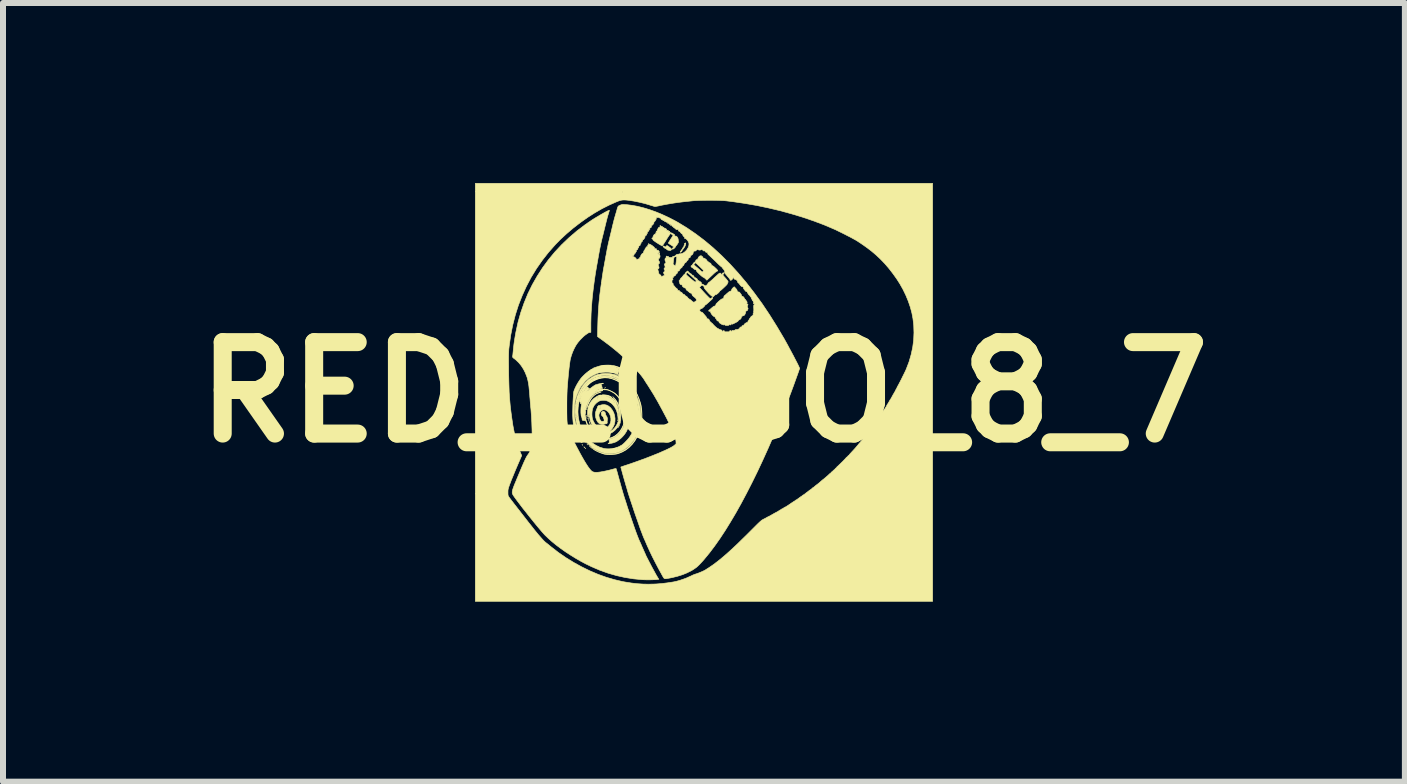
<source format=kicad_pcb>
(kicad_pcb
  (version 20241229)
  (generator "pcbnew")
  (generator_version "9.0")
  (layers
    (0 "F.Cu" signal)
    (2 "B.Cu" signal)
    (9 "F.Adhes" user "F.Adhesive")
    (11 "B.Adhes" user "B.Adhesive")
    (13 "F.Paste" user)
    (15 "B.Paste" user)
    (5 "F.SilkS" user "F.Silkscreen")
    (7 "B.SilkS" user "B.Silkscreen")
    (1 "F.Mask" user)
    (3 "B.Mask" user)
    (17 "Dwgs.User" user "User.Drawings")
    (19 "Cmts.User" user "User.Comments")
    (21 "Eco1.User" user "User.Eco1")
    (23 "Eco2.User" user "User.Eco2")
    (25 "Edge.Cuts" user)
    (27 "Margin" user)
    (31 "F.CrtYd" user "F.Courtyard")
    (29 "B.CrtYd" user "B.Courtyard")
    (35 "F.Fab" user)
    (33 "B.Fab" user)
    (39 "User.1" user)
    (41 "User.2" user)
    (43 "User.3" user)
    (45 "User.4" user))
  (footprint "RED_LOGO_8_7"
    (layer "F.Cu")
    (at 8.68 3.485)
    (property "Reference" "RED_LOGO_8_7" (at 0 0 0) (layer "F.SilkS") (effects (font (size 1.524 1.524) (thickness 0.3))))
    (attr through_hole)
    (fp_poly (pts (xy -2.027 0.871) (xy -2.029 0.874) (xy -2.032 0.871) (xy -2.029 0.869) (xy -2.027 0.871)) (stroke (width 0.01) (type solid)) (fill yes) (layer "F.SilkS"))
    (fp_poly (pts (xy -2.022 0.881) (xy -2.024 0.884) (xy -2.027 0.881) (xy -2.024 0.879) (xy -2.022 0.881)) (stroke (width 0.01) (type solid)) (fill yes) (layer "F.SilkS"))
    (fp_poly (pts (xy -2.002 0.805) (xy -2.004 0.808) (xy -2.007 0.805) (xy -2.004 0.803) (xy -2.002 0.805)) (stroke (width 0.01) (type solid)) (fill yes) (layer "F.SilkS"))
    (fp_poly (pts (xy -1.991 0.805) (xy -1.994 0.808) (xy -1.996 0.805) (xy -1.994 0.803) (xy -1.991 0.805)) (stroke (width 0.01) (type solid)) (fill yes) (layer "F.SilkS"))
    (fp_poly (pts (xy -1.966 0.399) (xy -1.968 0.401) (xy -1.971 0.399) (xy -1.968 0.396) (xy -1.966 0.399)) (stroke (width 0.01) (type solid)) (fill yes) (layer "F.SilkS"))
    (fp_poly (pts (xy -1.956 0.389) (xy -1.958 0.391) (xy -1.961 0.389) (xy -1.958 0.386) (xy -1.956 0.389)) (stroke (width 0.01) (type solid)) (fill yes) (layer "F.SilkS"))
    (fp_poly (pts (xy -1.946 0.861) (xy -1.948 0.864) (xy -1.951 0.861) (xy -1.948 0.859) (xy -1.946 0.861)) (stroke (width 0.01) (type solid)) (fill yes) (layer "F.SilkS"))
    (fp_poly (pts (xy -1.92 0.45) (xy -1.923 0.452) (xy -1.925 0.45) (xy -1.923 0.447) (xy -1.92 0.45)) (stroke (width 0.01) (type solid)) (fill yes) (layer "F.SilkS"))
    (fp_poly (pts (xy -1.915 0.434) (xy -1.918 0.437) (xy -1.92 0.434) (xy -1.918 0.432) (xy -1.915 0.434)) (stroke (width 0.01) (type solid)) (fill yes) (layer "F.SilkS"))
    (fp_poly (pts (xy -1.89 0.536) (xy -1.892 0.538) (xy -1.895 0.536) (xy -1.892 0.533) (xy -1.89 0.536)) (stroke (width 0.01) (type solid)) (fill yes) (layer "F.SilkS"))
    (fp_poly (pts (xy -1.885 0.546) (xy -1.887 0.549) (xy -1.89 0.546) (xy -1.887 0.544) (xy -1.885 0.546)) (stroke (width 0.01) (type solid)) (fill yes) (layer "F.SilkS"))
    (fp_poly (pts (xy -1.88 0.556) (xy -1.882 0.559) (xy -1.885 0.556) (xy -1.882 0.554) (xy -1.88 0.556)) (stroke (width 0.01) (type solid)) (fill yes) (layer "F.SilkS"))
    (fp_poly (pts (xy -1.773 0.236) (xy -1.775 0.239) (xy -1.778 0.236) (xy -1.775 0.234) (xy -1.773 0.236)) (stroke (width 0.01) (type solid)) (fill yes) (layer "F.SilkS"))
    (fp_poly (pts (xy -1.651 -0.069) (xy -1.654 -0.066) (xy -1.656 -0.069) (xy -1.654 -0.071) (xy -1.651 -0.069)) (stroke (width 0.01) (type solid)) (fill yes) (layer "F.SilkS"))
    (fp_poly (pts (xy -1.641 -0.079) (xy -1.643 -0.076) (xy -1.646 -0.079) (xy -1.643 -0.081) (xy -1.641 -0.079)) (stroke (width 0.01) (type solid)) (fill yes) (layer "F.SilkS"))
    (fp_poly (pts (xy -1.58 0.074) (xy -1.582 0.076) (xy -1.585 0.074) (xy -1.582 0.071) (xy -1.58 0.074)) (stroke (width 0.01) (type solid)) (fill yes) (layer "F.SilkS"))
    (fp_poly (pts (xy -1.57 0.079) (xy -1.572 0.081) (xy -1.575 0.079) (xy -1.572 0.076) (xy -1.57 0.079)) (stroke (width 0.01) (type solid)) (fill yes) (layer "F.SilkS"))
    (fp_poly (pts (xy -1.468 -0.302) (xy -1.471 -0.3) (xy -1.473 -0.302) (xy -1.471 -0.305) (xy -1.468 -0.302)) (stroke (width 0.01) (type solid)) (fill yes) (layer "F.SilkS"))
    (fp_poly (pts (xy -1.453 -0.297) (xy -1.455 -0.295) (xy -1.458 -0.297) (xy -1.455 -0.3) (xy -1.453 -0.297)) (stroke (width 0.01) (type solid)) (fill yes) (layer "F.SilkS"))
    (fp_poly (pts (xy -1.443 -0.292) (xy -1.445 -0.29) (xy -1.448 -0.292) (xy -1.445 -0.295) (xy -1.443 -0.292)) (stroke (width 0.01) (type solid)) (fill yes) (layer "F.SilkS"))
    (fp_poly (pts (xy -1.433 0.465) (xy -1.435 0.467) (xy -1.438 0.465) (xy -1.435 0.462) (xy -1.433 0.465)) (stroke (width 0.01) (type solid)) (fill yes) (layer "F.SilkS"))
    (fp_poly (pts (xy -1.433 0.475) (xy -1.435 0.478) (xy -1.438 0.475) (xy -1.435 0.472) (xy -1.433 0.475)) (stroke (width 0.01) (type solid)) (fill yes) (layer "F.SilkS"))
    (fp_poly (pts (xy -1.412 0.561) (xy -1.415 0.564) (xy -1.417 0.561) (xy -1.415 0.559) (xy -1.412 0.561)) (stroke (width 0.01) (type solid)) (fill yes) (layer "F.SilkS"))
    (fp_poly (pts (xy -1.397 0.526) (xy -1.4 0.528) (xy -1.402 0.526) (xy -1.4 0.523) (xy -1.397 0.526)) (stroke (width 0.01) (type solid)) (fill yes) (layer "F.SilkS"))
    (fp_poly (pts (xy -1.387 -0.282) (xy -1.389 -0.279) (xy -1.392 -0.282) (xy -1.389 -0.284) (xy -1.387 -0.282)) (stroke (width 0.01) (type solid)) (fill yes) (layer "F.SilkS"))
    (fp_poly (pts (xy -1.346 -0.368) (xy -1.349 -0.366) (xy -1.351 -0.368) (xy -1.349 -0.371) (xy -1.346 -0.368)) (stroke (width 0.01) (type solid)) (fill yes) (layer "F.SilkS"))
    (fp_poly (pts (xy -1.336 -0.358) (xy -1.339 -0.356) (xy -1.341 -0.358) (xy -1.339 -0.361) (xy -1.336 -0.358)) (stroke (width 0.01) (type solid)) (fill yes) (layer "F.SilkS"))
    (fp_poly (pts (xy -1.311 0.282) (xy -1.313 0.284) (xy -1.316 0.282) (xy -1.313 0.279) (xy -1.311 0.282)) (stroke (width 0.01) (type solid)) (fill yes) (layer "F.SilkS"))
    (fp_poly (pts (xy -1.24 -0.318) (xy -1.242 -0.315) (xy -1.245 -0.318) (xy -1.242 -0.32) (xy -1.24 -0.318)) (stroke (width 0.01) (type solid)) (fill yes) (layer "F.SilkS"))
    (fp_poly (pts (xy -1.952 0.278) (xy -1.952 0.289) (xy -1.952 0.291) (xy -1.954 0.291) (xy -1.955 0.284) (xy -1.954 0.277) (xy -1.952 0.278)) (stroke (width 0.01) (type solid)) (fill yes) (layer "F.SilkS"))
    (fp_poly (pts (xy -1.952 0.411) (xy -1.952 0.418) (xy -1.953 0.42) (xy -1.955 0.419) (xy -1.955 0.414) (xy -1.954 0.408) (xy -1.952 0.411)) (stroke (width 0.01) (type solid)) (fill yes) (layer "F.SilkS"))
    (fp_poly (pts (xy -1.947 0.433) (xy -1.947 0.44) (xy -1.947 0.44) (xy -1.95 0.44) (xy -1.951 0.437) (xy -1.949 0.433) (xy -1.947 0.433)) (stroke (width 0.01) (type solid)) (fill yes) (layer "F.SilkS"))
    (fp_poly (pts (xy -1.927 0.426) (xy -1.926 0.434) (xy -1.927 0.436) (xy -1.93 0.434) (xy -1.93 0.429) (xy -1.929 0.423) (xy -1.927 0.426)) (stroke (width 0.01) (type solid)) (fill yes) (layer "F.SilkS"))
    (fp_poly (pts (xy -1.917 0.461) (xy -1.916 0.471) (xy -1.917 0.474) (xy -1.919 0.474) (xy -1.919 0.467) (xy -1.919 0.46) (xy -1.917 0.461)) (stroke (width 0.01) (type solid)) (fill yes) (layer "F.SilkS"))
    (fp_poly (pts (xy -1.977 0.825) (xy -1.971 0.83) (xy -1.971 0.831) (xy -1.973 0.833) (xy -1.978 0.828) (xy -1.979 0.827) (xy -1.98 0.824) (xy -1.977 0.825)) (stroke (width 0.01) (type solid)) (fill yes) (layer "F.SilkS"))
    (fp_poly (pts (xy -1.977 0.932) (xy -1.971 0.937) (xy -1.973 0.94) (xy -1.973 0.94) (xy -1.978 0.936) (xy -1.979 0.934) (xy -1.98 0.93) (xy -1.977 0.932)) (stroke (width 0.01) (type solid)) (fill yes) (layer "F.SilkS"))
    (fp_poly (pts (xy -1.936 0.871) (xy -1.931 0.876) (xy -1.932 0.879) (xy -1.933 0.879) (xy -1.937 0.875) (xy -1.939 0.873) (xy -1.939 0.869) (xy -1.936 0.871)) (stroke (width 0.01) (type solid)) (fill yes) (layer "F.SilkS"))
    (fp_poly (pts (xy -1.86 0.591) (xy -1.855 0.596) (xy -1.856 0.599) (xy -1.856 0.599) (xy -1.861 0.596) (xy -1.862 0.594) (xy -1.863 0.59) (xy -1.86 0.591)) (stroke (width 0.01) (type solid)) (fill yes) (layer "F.SilkS"))
    (fp_poly (pts (xy -1.404 0.542) (xy -1.405 0.546) (xy -1.409 0.553) (xy -1.412 0.552) (xy -1.412 0.549) (xy -1.409 0.542) (xy -1.407 0.541) (xy -1.404 0.542)) (stroke (width 0.01) (type solid)) (fill yes) (layer "F.SilkS"))
    (fp_poly (pts (xy -1.296 -0.359) (xy -1.291 -0.354) (xy -1.292 -0.351) (xy -1.293 -0.351) (xy -1.297 -0.354) (xy -1.298 -0.356) (xy -1.299 -0.36) (xy -1.296 -0.359)) (stroke (width 0.01) (type solid)) (fill yes) (layer "F.SilkS"))
    (fp_poly (pts (xy -1.281 -0.348) (xy -1.275 -0.343) (xy -1.277 -0.34) (xy -1.277 -0.34) (xy -1.282 -0.344) (xy -1.283 -0.346) (xy -1.284 -0.35) (xy -1.281 -0.348)) (stroke (width 0.01) (type solid)) (fill yes) (layer "F.SilkS"))
    (fp_poly (pts (xy -1.266 -0.338) (xy -1.26 -0.333) (xy -1.261 -0.33) (xy -1.262 -0.33) (xy -1.266 -0.334) (xy -1.268 -0.336) (xy -1.269 -0.34) (xy -1.266 -0.338)) (stroke (width 0.01) (type solid)) (fill yes) (layer "F.SilkS"))
    (fp_poly (pts (xy -1.999 0.911) (xy -1.995 0.914) (xy -1.988 0.92) (xy -1.986 0.923) (xy -1.989 0.924) (xy -1.996 0.918) (xy -1.997 0.916) (xy -2.001 0.91) (xy -1.999 0.911)) (stroke (width 0.01) (type solid)) (fill yes) (layer "F.SilkS"))
    (fp_poly (pts (xy -1.899 0.904) (xy -1.888 0.914) (xy -1.885 0.919) (xy -1.886 0.919) (xy -1.89 0.916) (xy -1.898 0.908) (xy -1.9 0.906) (xy -1.913 0.892) (xy -1.899 0.904)) (stroke (width 0.01) (type solid)) (fill yes) (layer "F.SilkS"))
    (fp_poly (pts (xy -1.877 0.921) (xy -1.873 0.924) (xy -1.866 0.93) (xy -1.864 0.933) (xy -1.867 0.934) (xy -1.874 0.928) (xy -1.875 0.926) (xy -1.88 0.92) (xy -1.877 0.921)) (stroke (width 0.01) (type solid)) (fill yes) (layer "F.SilkS"))
    (fp_poly (pts (xy -1.429 0.587) (xy -1.43 0.589) (xy -1.435 0.594) (xy -1.436 0.594) (xy -1.436 0.591) (xy -1.435 0.589) (xy -1.43 0.584) (xy -1.429 0.584) (xy -1.429 0.587)) (stroke (width 0.01) (type solid)) (fill yes) (layer "F.SilkS"))
    (fp_poly (pts (xy -1.422 -0.301) (xy -1.422 -0.3) (xy -1.426 -0.295) (xy -1.428 -0.295) (xy -1.431 -0.298) (xy -1.43 -0.3) (xy -1.425 -0.305) (xy -1.425 -0.305) (xy -1.422 -0.301)) (stroke (width 0.01) (type solid)) (fill yes) (layer "F.SilkS"))
    (fp_poly (pts (xy -1.419 0.572) (xy -1.42 0.574) (xy -1.425 0.579) (xy -1.426 0.579) (xy -1.426 0.576) (xy -1.425 0.574) (xy -1.42 0.569) (xy -1.419 0.569) (xy -1.419 0.572)) (stroke (width 0.01) (type solid)) (fill yes) (layer "F.SilkS"))
    (fp_poly (pts (xy -1.912 0.49) (xy -1.911 0.49) (xy -1.907 0.497) (xy -1.902 0.508) (xy -1.899 0.519) (xy -1.897 0.527) (xy -1.898 0.528) (xy -1.901 0.524) (xy -1.905 0.514) (xy -1.911 0.498) (xy -1.914 0.49) (xy -1.914 0.488) (xy -1.912 0.49)) (stroke (width 0.01) (type solid)) (fill yes) (layer "F.SilkS"))
    (fp_poly (pts (xy -0.359 -2.374) (xy -0.361 -2.365) (xy -0.369 -2.35) (xy -0.38 -2.338) (xy -0.389 -2.332) (xy -0.395 -2.333) (xy -0.396 -2.339) (xy -0.392 -2.347) (xy -0.388 -2.349) (xy -0.383 -2.354) (xy -0.383 -2.357) (xy -0.382 -2.363) (xy -0.376 -2.371) (xy -0.369 -2.377) (xy -0.366 -2.377) (xy -0.359 -2.374)) (stroke (width 0.01) (type solid)) (fill yes) (layer "F.SilkS"))
    (fp_poly (pts (xy -1.713 -0.004) (xy -1.722 0.001) (xy -1.738 0.007) (xy -1.747 0.01) (xy -1.779 0.022) (xy -1.804 0.035) (xy -1.826 0.051) (xy -1.849 0.072) (xy -1.856 0.079) (xy -1.874 0.101) (xy -1.893 0.13) (xy -1.911 0.162) (xy -1.927 0.194) (xy -1.938 0.224) (xy -1.942 0.236) (xy -1.946 0.252) (xy -1.95 0.263) (xy -1.951 0.266) (xy -1.952 0.264) (xy -1.951 0.254) (xy -1.948 0.238) (xy -1.947 0.236) (xy -1.937 0.197) (xy -1.925 0.165) (xy -1.91 0.136) (xy -1.892 0.111) (xy -1.858 0.071) (xy -1.822 0.04) (xy -1.782 0.017) (xy -1.743 0.002) (xy -1.724 -0.003) (xy -1.714 -0.005) (xy -1.713 -0.004)) (stroke (width 0.01) (type solid)) (fill yes) (layer "F.SilkS"))
    (fp_poly (pts (xy -0.304 -2.483) (xy -0.305 -2.473) (xy -0.307 -2.46) (xy -0.311 -2.446) (xy -0.315 -2.434) (xy -0.316 -2.432) (xy -0.331 -2.406) (xy -0.342 -2.389) (xy -0.351 -2.38) (xy -0.357 -2.377) (xy -0.361 -2.382) (xy -0.362 -2.385) (xy -0.361 -2.393) (xy -0.354 -2.404) (xy -0.353 -2.405) (xy -0.344 -2.415) (xy -0.34 -2.423) (xy -0.34 -2.423) (xy -0.336 -2.428) (xy -0.335 -2.428) (xy -0.332 -2.432) (xy -0.333 -2.438) (xy -0.333 -2.446) (xy -0.326 -2.449) (xy -0.325 -2.449) (xy -0.318 -2.449) (xy -0.318 -2.453) (xy -0.323 -2.461) (xy -0.328 -2.47) (xy -0.327 -2.475) (xy -0.322 -2.477) (xy -0.312 -2.483) (xy -0.309 -2.486) (xy -0.305 -2.488) (xy -0.304 -2.483)) (stroke (width 0.01) (type solid)) (fill yes) (layer "F.SilkS"))
    (fp_poly (pts (xy -0.604 -2.438) (xy -0.589 -2.427) (xy -0.579 -2.419) (xy -0.558 -2.403) (xy -0.546 -2.391) (xy -0.54 -2.382) (xy -0.54 -2.379) (xy -0.542 -2.37) (xy -0.548 -2.37) (xy -0.549 -2.37) (xy -0.557 -2.37) (xy -0.559 -2.365) (xy -0.561 -2.358) (xy -0.564 -2.357) (xy -0.569 -2.361) (xy -0.569 -2.363) (xy -0.573 -2.366) (xy -0.579 -2.365) (xy -0.59 -2.365) (xy -0.604 -2.368) (xy -0.616 -2.375) (xy -0.624 -2.382) (xy -0.625 -2.385) (xy -0.629 -2.391) (xy -0.637 -2.393) (xy -0.648 -2.396) (xy -0.659 -2.405) (xy -0.659 -2.405) (xy -0.668 -2.414) (xy -0.675 -2.418) (xy -0.676 -2.418) (xy -0.68 -2.422) (xy -0.681 -2.428) (xy -0.68 -2.435) (xy -0.677 -2.438) (xy -0.67 -2.435) (xy -0.657 -2.428) (xy -0.645 -2.422) (xy -0.638 -2.421) (xy -0.634 -2.424) (xy -0.628 -2.436) (xy -0.621 -2.442) (xy -0.614 -2.442) (xy -0.604 -2.438)) (stroke (width 0.01) (type solid)) (fill yes) (layer "F.SilkS"))
    (fp_poly (pts (xy -1.49 0.105) (xy -1.47 0.129) (xy -1.45 0.159) (xy -1.437 0.181) (xy -1.417 0.222) (xy -1.402 0.259) (xy -1.393 0.295) (xy -1.388 0.333) (xy -1.386 0.377) (xy -1.386 0.394) (xy -1.387 0.427) (xy -1.387 0.451) (xy -1.388 0.468) (xy -1.389 0.478) (xy -1.391 0.483) (xy -1.393 0.484) (xy -1.394 0.484) (xy -1.396 0.486) (xy -1.396 0.496) (xy -1.396 0.498) (xy -1.394 0.508) (xy -1.395 0.51) (xy -1.395 0.51) (xy -1.398 0.511) (xy -1.405 0.52) (xy -1.414 0.536) (xy -1.421 0.55) (xy -1.45 0.597) (xy -1.485 0.636) (xy -1.525 0.667) (xy -1.542 0.677) (xy -1.567 0.689) (xy -1.587 0.697) (xy -1.607 0.701) (xy -1.629 0.702) (xy -1.657 0.7) (xy -1.665 0.7) (xy -1.701 0.696) (xy -1.731 0.689) (xy -1.757 0.678) (xy -1.784 0.663) (xy -1.812 0.642) (xy -1.829 0.628) (xy -1.843 0.617) (xy -1.852 0.61) (xy -1.854 0.607) (xy -1.85 0.609) (xy -1.84 0.615) (xy -1.825 0.625) (xy -1.817 0.63) (xy -1.771 0.657) (xy -1.726 0.674) (xy -1.68 0.68) (xy -1.634 0.678) (xy -1.604 0.671) (xy -1.561 0.654) (xy -1.524 0.63) (xy -1.494 0.601) (xy -1.478 0.581) (xy -1.463 0.559) (xy -1.45 0.537) (xy -1.44 0.517) (xy -1.437 0.505) (xy -1.434 0.496) (xy -1.431 0.492) (xy -1.427 0.486) (xy -1.425 0.475) (xy -1.423 0.464) (xy -1.422 0.46) (xy -1.421 0.455) (xy -1.419 0.441) (xy -1.417 0.419) (xy -1.414 0.39) (xy -1.414 0.388) (xy -1.413 0.368) (xy -1.413 0.35) (xy -1.414 0.332) (xy -1.416 0.31) (xy -1.42 0.283) (xy -1.425 0.249) (xy -1.426 0.247) (xy -1.431 0.229) (xy -1.44 0.205) (xy -1.452 0.178) (xy -1.466 0.151) (xy -1.481 0.126) (xy -1.494 0.106) (xy -1.494 0.106) (xy -1.52 0.074) (xy -1.49 0.105)) (stroke (width 0.01) (type solid)) (fill yes) (layer "F.SilkS"))
    (fp_poly (pts (xy -1.239 0.298) (xy -1.239 0.3) (xy -1.235 0.313) (xy -1.233 0.335) (xy -1.231 0.361) (xy -1.23 0.39) (xy -1.231 0.42) (xy -1.232 0.448) (xy -1.234 0.471) (xy -1.234 0.473) (xy -1.241 0.506) (xy -1.251 0.544) (xy -1.263 0.584) (xy -1.277 0.621) (xy -1.29 0.65) (xy -1.307 0.678) (xy -1.33 0.71) (xy -1.356 0.74) (xy -1.383 0.767) (xy -1.402 0.783) (xy -1.418 0.795) (xy -1.432 0.805) (xy -1.44 0.811) (xy -1.441 0.812) (xy -1.458 0.823) (xy -1.483 0.834) (xy -1.512 0.844) (xy -1.543 0.851) (xy -1.572 0.855) (xy -1.573 0.855) (xy -1.59 0.857) (xy -1.598 0.857) (xy -1.598 0.855) (xy -1.591 0.853) (xy -1.58 0.849) (xy -1.578 0.845) (xy -1.58 0.84) (xy -1.583 0.835) (xy -1.577 0.833) (xy -1.577 0.833) (xy -1.571 0.832) (xy -1.574 0.829) (xy -1.574 0.829) (xy -1.579 0.822) (xy -1.578 0.819) (xy -1.578 0.812) (xy -1.582 0.801) (xy -1.586 0.793) (xy -1.585 0.788) (xy -1.576 0.785) (xy -1.568 0.782) (xy -1.544 0.774) (xy -1.515 0.761) (xy -1.485 0.745) (xy -1.457 0.727) (xy -1.434 0.709) (xy -1.433 0.708) (xy -1.399 0.671) (xy -1.368 0.629) (xy -1.344 0.583) (xy -1.332 0.551) (xy -1.32 0.51) (xy -1.312 0.473) (xy -1.307 0.436) (xy -1.306 0.396) (xy -1.306 0.367) (xy -1.307 0.339) (xy -1.307 0.333) (xy -1.255 0.333) (xy -1.252 0.335) (xy -1.25 0.333) (xy -1.252 0.33) (xy -1.255 0.333) (xy -1.307 0.333) (xy -1.306 0.321) (xy -1.305 0.312) (xy -1.304 0.313) (xy -1.304 0.314) (xy -1.3 0.324) (xy -1.298 0.329) (xy -1.293 0.329) (xy -1.282 0.326) (xy -1.271 0.321) (xy -1.262 0.317) (xy -1.26 0.314) (xy -1.257 0.312) (xy -1.252 0.315) (xy -1.247 0.318) (xy -1.245 0.314) (xy -1.244 0.304) (xy -1.244 0.293) (xy -1.243 0.291) (xy -1.239 0.298)) (stroke (width 0.01) (type solid)) (fill yes) (layer "F.SilkS"))
    (fp_poly (pts (xy -1.423 -0.284) (xy -1.408 -0.278) (xy -1.404 -0.276) (xy -1.349 -0.243) (xy -1.296 -0.202) (xy -1.244 -0.154) (xy -1.196 -0.098) (xy -1.173 -0.068) (xy -1.139 -0.015) (xy -1.108 0.046) (xy -1.081 0.11) (xy -1.059 0.176) (xy -1.054 0.195) (xy -1.048 0.219) (xy -1.044 0.24) (xy -1.041 0.261) (xy -1.038 0.283) (xy -1.036 0.31) (xy -1.034 0.342) (xy -1.033 0.371) (xy -1.033 0.455) (xy -1.042 0.535) (xy -1.059 0.61) (xy -1.084 0.683) (xy -1.111 0.741) (xy -1.15 0.809) (xy -1.195 0.868) (xy -1.246 0.92) (xy -1.301 0.963) (xy -1.362 0.997) (xy -1.426 1.023) (xy -1.438 1.026) (xy -1.464 1.032) (xy -1.498 1.036) (xy -1.535 1.039) (xy -1.573 1.04) (xy -1.609 1.039) (xy -1.64 1.036) (xy -1.655 1.034) (xy -1.686 1.025) (xy -1.722 1.012) (xy -1.759 0.997) (xy -1.794 0.98) (xy -1.823 0.964) (xy -1.824 0.963) (xy -1.84 0.952) (xy -1.852 0.943) (xy -1.859 0.938) (xy -1.859 0.937) (xy -1.856 0.938) (xy -1.846 0.944) (xy -1.836 0.95) (xy -1.82 0.96) (xy -1.799 0.971) (xy -1.777 0.983) (xy -1.77 0.986) (xy -1.703 1.012) (xy -1.636 1.028) (xy -1.569 1.034) (xy -1.503 1.03) (xy -1.438 1.015) (xy -1.375 0.991) (xy -1.372 0.99) (xy -1.327 0.967) (xy -1.289 0.943) (xy -1.254 0.915) (xy -1.22 0.881) (xy -1.218 0.879) (xy -1.169 0.82) (xy -1.128 0.755) (xy -1.094 0.684) (xy -1.068 0.609) (xy -1.05 0.531) (xy -1.041 0.45) (xy -1.039 0.367) (xy -1.047 0.284) (xy -1.063 0.201) (xy -1.064 0.198) (xy -1.071 0.169) (xy -1.08 0.14) (xy -1.088 0.113) (xy -1.096 0.09) (xy -1.102 0.073) (xy -1.105 0.068) (xy -1.11 0.057) (xy -1.112 0.05) (xy -1.112 0.05) (xy -1.115 0.043) (xy -1.122 0.03) (xy -1.133 0.012) (xy -1.145 -0.009) (xy -1.159 -0.031) (xy -1.173 -0.054) (xy -1.186 -0.074) (xy -1.197 -0.09) (xy -1.202 -0.097) (xy -1.251 -0.154) (xy -1.308 -0.205) (xy -1.371 -0.25) (xy -1.418 -0.277) (xy -1.431 -0.284) (xy -1.436 -0.288) (xy -1.433 -0.288) (xy -1.423 -0.284)) (stroke (width 0.01) (type solid)) (fill yes) (layer "F.SilkS"))
    (fp_poly (pts (xy -0.042 -2.273) (xy -0.041 -2.269) (xy -0.036 -2.262) (xy -0.029 -2.26) (xy -0.02 -2.255) (xy -0.018 -2.245) (xy -0.016 -2.236) (xy -0.008 -2.234) (xy -0.005 -2.234) (xy 0.005 -2.232) (xy 0.019 -2.224) (xy 0.033 -2.214) (xy 0.044 -2.203) (xy 0.05 -2.194) (xy 0.051 -2.192) (xy 0.053 -2.185) (xy 0.055 -2.184) (xy 0.061 -2.181) (xy 0.071 -2.173) (xy 0.076 -2.169) (xy 0.088 -2.16) (xy 0.097 -2.154) (xy 0.099 -2.154) (xy 0.108 -2.15) (xy 0.117 -2.139) (xy 0.122 -2.126) (xy 0.123 -2.124) (xy 0.128 -2.113) (xy 0.135 -2.111) (xy 0.144 -2.107) (xy 0.158 -2.098) (xy 0.174 -2.085) (xy 0.191 -2.069) (xy 0.207 -2.054) (xy 0.22 -2.04) (xy 0.227 -2.03) (xy 0.229 -2.026) (xy 0.226 -2.018) (xy 0.22 -2.019) (xy 0.215 -2.017) (xy 0.204 -2.01) (xy 0.188 -1.997) (xy 0.165 -1.977) (xy 0.137 -1.95) (xy 0.13 -1.944) (xy 0.048 -1.866) (xy 0.024 -1.891) (xy 0.01 -1.903) (xy -0.003 -1.912) (xy -0.011 -1.915) (xy -0.018 -1.919) (xy -0.031 -1.928) (xy -0.047 -1.941) (xy -0.065 -1.957) (xy -0.083 -1.974) (xy -0.1 -1.991) (xy -0.114 -2.005) (xy -0.122 -2.016) (xy -0.125 -2.021) (xy -0.129 -2.035) (xy -0.139 -2.042) (xy -0.145 -2.042) (xy -0.156 -2.046) (xy -0.169 -2.055) (xy -0.171 -2.057) (xy -0.181 -2.067) (xy -0.189 -2.072) (xy -0.191 -2.073) (xy -0.198 -2.076) (xy -0.207 -2.084) (xy -0.208 -2.085) (xy -0.216 -2.095) (xy -0.216 -2.102) (xy -0.213 -2.106) (xy -0.205 -2.112) (xy -0.2 -2.113) (xy -0.194 -2.116) (xy -0.193 -2.119) (xy -0.191 -2.125) (xy -0.172 -2.125) (xy -0.153 -2.109) (xy -0.142 -2.1) (xy -0.126 -2.086) (xy -0.106 -2.069) (xy -0.085 -2.051) (xy -0.082 -2.048) (xy -0.028 -2.001) (xy -0.015 -2.015) (xy -0.003 -2.028) (xy -0.071 -2.093) (xy -0.093 -2.114) (xy -0.112 -2.132) (xy -0.128 -2.146) (xy -0.139 -2.156) (xy -0.144 -2.159) (xy -0.144 -2.159) (xy -0.147 -2.155) (xy -0.147 -2.153) (xy -0.151 -2.146) (xy -0.159 -2.137) (xy -0.16 -2.136) (xy -0.172 -2.125) (xy -0.191 -2.125) (xy -0.19 -2.126) (xy -0.184 -2.137) (xy -0.176 -2.149) (xy -0.169 -2.157) (xy -0.167 -2.158) (xy -0.158 -2.164) (xy -0.148 -2.174) (xy -0.14 -2.184) (xy -0.137 -2.191) (xy -0.133 -2.202) (xy -0.122 -2.209) (xy -0.116 -2.21) (xy -0.108 -2.213) (xy -0.107 -2.217) (xy -0.104 -2.224) (xy -0.102 -2.225) (xy -0.097 -2.229) (xy -0.097 -2.234) (xy -0.093 -2.245) (xy -0.084 -2.257) (xy -0.074 -2.267) (xy -0.064 -2.271) (xy -0.064 -2.271) (xy -0.053 -2.273) (xy -0.049 -2.274) (xy -0.042 -2.273)) (stroke (width 0.01) (type solid)) (fill yes) (layer "F.SilkS"))
    (fp_poly (pts (xy -0.718 -2.772) (xy -0.718 -2.766) (xy -0.718 -2.758) (xy -0.716 -2.756) (xy -0.712 -2.756) (xy -0.711 -2.758) (xy -0.707 -2.763) (xy -0.701 -2.764) (xy -0.692 -2.76) (xy -0.691 -2.754) (xy -0.688 -2.747) (xy -0.681 -2.747) (xy -0.671 -2.746) (xy -0.668 -2.741) (xy -0.661 -2.734) (xy -0.658 -2.733) (xy -0.649 -2.731) (xy -0.637 -2.725) (xy -0.635 -2.724) (xy -0.624 -2.715) (xy -0.62 -2.703) (xy -0.62 -2.701) (xy -0.619 -2.691) (xy -0.616 -2.691) (xy -0.612 -2.695) (xy -0.602 -2.7) (xy -0.596 -2.696) (xy -0.594 -2.688) (xy -0.592 -2.681) (xy -0.584 -2.681) (xy -0.581 -2.681) (xy -0.572 -2.682) (xy -0.569 -2.678) (xy -0.571 -2.67) (xy -0.573 -2.66) (xy -0.569 -2.657) (xy -0.562 -2.659) (xy -0.552 -2.66) (xy -0.549 -2.657) (xy -0.544 -2.653) (xy -0.537 -2.652) (xy -0.524 -2.648) (xy -0.516 -2.642) (xy -0.505 -2.633) (xy -0.497 -2.629) (xy -0.489 -2.623) (xy -0.489 -2.613) (xy -0.489 -2.605) (xy -0.484 -2.602) (xy -0.476 -2.602) (xy -0.461 -2.599) (xy -0.447 -2.587) (xy -0.436 -2.57) (xy -0.43 -2.55) (xy -0.429 -2.541) (xy -0.428 -2.525) (xy -0.427 -2.514) (xy -0.426 -2.512) (xy -0.425 -2.504) (xy -0.428 -2.493) (xy -0.433 -2.483) (xy -0.438 -2.479) (xy -0.442 -2.475) (xy -0.442 -2.472) (xy -0.445 -2.464) (xy -0.453 -2.453) (xy -0.457 -2.449) (xy -0.467 -2.437) (xy -0.472 -2.428) (xy -0.472 -2.426) (xy -0.476 -2.419) (xy -0.485 -2.409) (xy -0.492 -2.401) (xy -0.509 -2.387) (xy -0.522 -2.383) (xy -0.53 -2.386) (xy -0.529 -2.391) (xy -0.522 -2.401) (xy -0.518 -2.406) (xy -0.502 -2.422) (xy -0.548 -2.452) (xy -0.567 -2.464) (xy -0.582 -2.474) (xy -0.592 -2.482) (xy -0.594 -2.484) (xy -0.592 -2.489) (xy -0.585 -2.501) (xy -0.574 -2.518) (xy -0.561 -2.54) (xy -0.554 -2.55) (xy -0.514 -2.613) (xy -0.531 -2.626) (xy -0.542 -2.634) (xy -0.548 -2.641) (xy -0.549 -2.642) (xy -0.55 -2.647) (xy -0.555 -2.645) (xy -0.564 -2.636) (xy -0.577 -2.618) (xy -0.594 -2.593) (xy -0.616 -2.559) (xy -0.625 -2.544) (xy -0.647 -2.509) (xy -0.665 -2.481) (xy -0.679 -2.461) (xy -0.689 -2.447) (xy -0.697 -2.44) (xy -0.702 -2.438) (xy -0.705 -2.442) (xy -0.705 -2.443) (xy -0.711 -2.448) (xy -0.715 -2.449) (xy -0.722 -2.451) (xy -0.736 -2.459) (xy -0.754 -2.47) (xy -0.776 -2.484) (xy -0.789 -2.492) (xy -0.815 -2.51) (xy -0.833 -2.523) (xy -0.844 -2.532) (xy -0.85 -2.539) (xy -0.852 -2.544) (xy -0.852 -2.546) (xy -0.852 -2.553) (xy -0.859 -2.555) (xy -0.867 -2.559) (xy -0.869 -2.563) (xy -0.864 -2.569) (xy -0.855 -2.571) (xy -0.846 -2.571) (xy -0.847 -2.574) (xy -0.848 -2.575) (xy -0.851 -2.579) (xy -0.851 -2.587) (xy -0.845 -2.6) (xy -0.844 -2.603) (xy -0.833 -2.622) (xy -0.824 -2.632) (xy -0.815 -2.635) (xy -0.811 -2.634) (xy -0.804 -2.634) (xy -0.799 -2.638) (xy -0.802 -2.644) (xy -0.803 -2.644) (xy -0.808 -2.651) (xy -0.804 -2.656) (xy -0.797 -2.657) (xy -0.79 -2.658) (xy -0.791 -2.664) (xy -0.792 -2.667) (xy -0.797 -2.677) (xy -0.795 -2.681) (xy -0.789 -2.683) (xy -0.781 -2.688) (xy -0.78 -2.692) (xy -0.777 -2.701) (xy -0.772 -2.715) (xy -0.767 -2.724) (xy -0.759 -2.739) (xy -0.751 -2.746) (xy -0.743 -2.748) (xy -0.741 -2.748) (xy -0.729 -2.75) (xy -0.727 -2.755) (xy -0.733 -2.763) (xy -0.736 -2.769) (xy -0.732 -2.774) (xy -0.722 -2.776) (xy -0.718 -2.772)) (stroke (width 0.01) (type solid)) (fill yes) (layer "F.SilkS"))
    (fp_poly (pts (xy 0.529 -1.731) (xy 0.544 -1.713) (xy 0.552 -1.699) (xy 0.552 -1.694) (xy 0.555 -1.682) (xy 0.564 -1.673) (xy 0.577 -1.67) (xy 0.578 -1.67) (xy 0.589 -1.668) (xy 0.598 -1.658) (xy 0.608 -1.644) (xy 0.617 -1.632) (xy 0.625 -1.62) (xy 0.627 -1.609) (xy 0.63 -1.6) (xy 0.638 -1.599) (xy 0.638 -1.599) (xy 0.648 -1.596) (xy 0.659 -1.586) (xy 0.669 -1.574) (xy 0.675 -1.562) (xy 0.676 -1.558) (xy 0.68 -1.551) (xy 0.686 -1.548) (xy 0.694 -1.541) (xy 0.696 -1.535) (xy 0.699 -1.526) (xy 0.703 -1.524) (xy 0.709 -1.52) (xy 0.715 -1.509) (xy 0.718 -1.496) (xy 0.719 -1.486) (xy 0.717 -1.482) (xy 0.711 -1.473) (xy 0.715 -1.469) (xy 0.721 -1.468) (xy 0.731 -1.466) (xy 0.733 -1.459) (xy 0.729 -1.451) (xy 0.722 -1.434) (xy 0.724 -1.417) (xy 0.73 -1.406) (xy 0.735 -1.396) (xy 0.733 -1.386) (xy 0.727 -1.373) (xy 0.725 -1.365) (xy 0.718 -1.358) (xy 0.712 -1.356) (xy 0.701 -1.352) (xy 0.694 -1.341) (xy 0.694 -1.327) (xy 0.694 -1.327) (xy 0.694 -1.318) (xy 0.691 -1.316) (xy 0.686 -1.312) (xy 0.686 -1.308) (xy 0.682 -1.294) (xy 0.672 -1.282) (xy 0.659 -1.275) (xy 0.656 -1.275) (xy 0.641 -1.27) (xy 0.628 -1.259) (xy 0.621 -1.245) (xy 0.62 -1.238) (xy 0.616 -1.227) (xy 0.605 -1.216) (xy 0.592 -1.207) (xy 0.582 -1.204) (xy 0.575 -1.2) (xy 0.574 -1.197) (xy 0.572 -1.19) (xy 0.564 -1.182) (xy 0.55 -1.172) (xy 0.529 -1.16) (xy 0.516 -1.154) (xy 0.492 -1.142) (xy 0.476 -1.135) (xy 0.467 -1.133) (xy 0.463 -1.136) (xy 0.462 -1.138) (xy 0.46 -1.143) (xy 0.456 -1.141) (xy 0.452 -1.134) (xy 0.451 -1.132) (xy 0.447 -1.123) (xy 0.437 -1.121) (xy 0.425 -1.125) (xy 0.418 -1.126) (xy 0.417 -1.121) (xy 0.412 -1.116) (xy 0.401 -1.113) (xy 0.385 -1.112) (xy 0.369 -1.113) (xy 0.356 -1.115) (xy 0.347 -1.12) (xy 0.346 -1.121) (xy 0.341 -1.126) (xy 0.332 -1.124) (xy 0.331 -1.123) (xy 0.321 -1.12) (xy 0.318 -1.123) (xy 0.31 -1.127) (xy 0.305 -1.128) (xy 0.296 -1.13) (xy 0.294 -1.132) (xy 0.289 -1.136) (xy 0.278 -1.143) (xy 0.272 -1.146) (xy 0.258 -1.156) (xy 0.251 -1.166) (xy 0.25 -1.173) (xy 0.248 -1.183) (xy 0.242 -1.186) (xy 0.238 -1.185) (xy 0.227 -1.187) (xy 0.217 -1.195) (xy 0.21 -1.207) (xy 0.208 -1.215) (xy 0.204 -1.223) (xy 0.198 -1.227) (xy 0.19 -1.234) (xy 0.187 -1.244) (xy 0.183 -1.254) (xy 0.173 -1.259) (xy 0.172 -1.259) (xy 0.162 -1.264) (xy 0.149 -1.275) (xy 0.135 -1.29) (xy 0.123 -1.306) (xy 0.115 -1.321) (xy 0.112 -1.33) (xy 0.108 -1.342) (xy 0.096 -1.348) (xy 0.089 -1.349) (xy 0.08 -1.351) (xy 0.078 -1.358) (xy 0.085 -1.367) (xy 0.089 -1.37) (xy 0.1 -1.378) (xy 0.114 -1.391) (xy 0.13 -1.405) (xy 0.131 -1.406) (xy 0.147 -1.419) (xy 0.16 -1.429) (xy 0.17 -1.433) (xy 0.17 -1.433) (xy 0.183 -1.437) (xy 0.193 -1.446) (xy 0.199 -1.458) (xy 0.199 -1.463) (xy 0.202 -1.47) (xy 0.212 -1.481) (xy 0.226 -1.495) (xy 0.242 -1.511) (xy 0.26 -1.526) (xy 0.277 -1.54) (xy 0.291 -1.55) (xy 0.301 -1.555) (xy 0.303 -1.555) (xy 0.314 -1.558) (xy 0.324 -1.566) (xy 0.331 -1.578) (xy 0.332 -1.587) (xy 0.333 -1.597) (xy 0.341 -1.608) (xy 0.345 -1.611) (xy 0.351 -1.615) (xy 0.382 -1.615) (xy 0.387 -1.619) (xy 0.394 -1.626) (xy 0.4 -1.633) (xy 0.4 -1.636) (xy 0.395 -1.632) (xy 0.389 -1.626) (xy 0.383 -1.618) (xy 0.382 -1.615) (xy 0.351 -1.615) (xy 0.357 -1.62) (xy 0.372 -1.634) (xy 0.389 -1.649) (xy 0.393 -1.652) (xy 0.408 -1.666) (xy 0.421 -1.675) (xy 0.431 -1.68) (xy 0.433 -1.68) (xy 0.444 -1.683) (xy 0.454 -1.692) (xy 0.461 -1.704) (xy 0.462 -1.71) (xy 0.467 -1.721) (xy 0.479 -1.735) (xy 0.483 -1.739) (xy 0.504 -1.757) (xy 0.529 -1.731)) (stroke (width 0.01) (type solid)) (fill yes) (layer "F.SilkS"))
    (fp_poly (pts (xy -1.582 -0.451) (xy -1.542 -0.449) (xy -1.507 -0.444) (xy -1.503 -0.443) (xy -1.473 -0.435) (xy -1.442 -0.425) (xy -1.409 -0.413) (xy -1.378 -0.401) (xy -1.351 -0.389) (xy -1.328 -0.378) (xy -1.312 -0.369) (xy -1.308 -0.365) (xy -1.31 -0.365) (xy -1.32 -0.369) (xy -1.336 -0.376) (xy -1.356 -0.385) (xy -1.357 -0.386) (xy -1.383 -0.397) (xy -1.408 -0.407) (xy -1.43 -0.415) (xy -1.448 -0.419) (xy -1.46 -0.42) (xy -1.463 -0.419) (xy -1.46 -0.416) (xy -1.45 -0.414) (xy -1.449 -0.413) (xy -1.438 -0.41) (xy -1.433 -0.406) (xy -1.433 -0.405) (xy -1.43 -0.403) (xy -1.428 -0.403) (xy -1.421 -0.403) (xy -1.414 -0.399) (xy -1.402 -0.393) (xy -1.394 -0.391) (xy -1.389 -0.39) (xy -1.391 -0.388) (xy -1.397 -0.382) (xy -1.393 -0.376) (xy -1.388 -0.374) (xy -1.386 -0.373) (xy -1.392 -0.373) (xy -1.393 -0.373) (xy -1.405 -0.373) (xy -1.411 -0.369) (xy -1.409 -0.364) (xy -1.407 -0.363) (xy -1.405 -0.357) (xy -1.408 -0.349) (xy -1.415 -0.342) (xy -1.42 -0.34) (xy -1.426 -0.338) (xy -1.425 -0.336) (xy -1.426 -0.33) (xy -1.429 -0.329) (xy -1.434 -0.323) (xy -1.435 -0.315) (xy -1.438 -0.305) (xy -1.443 -0.301) (xy -1.448 -0.3) (xy -1.444 -0.305) (xy -1.444 -0.305) (xy -1.438 -0.314) (xy -1.441 -0.317) (xy -1.448 -0.316) (xy -1.455 -0.313) (xy -1.455 -0.31) (xy -1.458 -0.309) (xy -1.469 -0.311) (xy -1.484 -0.316) (xy -1.491 -0.317) (xy -1.468 -0.317) (xy -1.465 -0.317) (xy -1.458 -0.323) (xy -1.451 -0.33) (xy -1.45 -0.334) (xy -1.455 -0.333) (xy -1.462 -0.327) (xy -1.467 -0.32) (xy -1.468 -0.317) (xy -1.491 -0.317) (xy -1.518 -0.323) (xy -1.487 -0.323) (xy -1.486 -0.32) (xy -1.483 -0.32) (xy -1.479 -0.322) (xy -1.48 -0.323) (xy -1.486 -0.324) (xy -1.487 -0.323) (xy -1.518 -0.323) (xy -1.53 -0.326) (xy -1.562 -0.33) (xy -1.499 -0.33) (xy -1.497 -0.326) (xy -1.495 -0.327) (xy -1.495 -0.333) (xy -1.495 -0.334) (xy -1.498 -0.333) (xy -1.499 -0.33) (xy -1.562 -0.33) (xy -1.583 -0.333) (xy -1.64 -0.334) (xy -1.692 -0.331) (xy -1.722 -0.328) (xy -1.747 -0.323) (xy -1.772 -0.315) (xy -1.795 -0.306) (xy -1.859 -0.275) (xy -1.916 -0.239) (xy -1.965 -0.195) (xy -1.973 -0.188) (xy -1.988 -0.171) (xy -2.005 -0.151) (xy -2.022 -0.13) (xy -2.038 -0.109) (xy -2.052 -0.09) (xy -2.062 -0.075) (xy -2.067 -0.066) (xy -2.068 -0.064) (xy -2.07 -0.059) (xy -2.075 -0.046) (xy -2.084 -0.029) (xy -2.091 -0.014) (xy -2.11 0.03) (xy -2.127 0.077) (xy -2.141 0.124) (xy -2.15 0.167) (xy -2.153 0.196) (xy -2.154 0.22) (xy -2.155 0.252) (xy -2.156 0.287) (xy -2.156 0.323) (xy -2.156 0.358) (xy -2.156 0.389) (xy -2.155 0.412) (xy -2.155 0.414) (xy -2.148 0.466) (xy -2.135 0.522) (xy -2.117 0.58) (xy -2.095 0.635) (xy -2.085 0.657) (xy -2.075 0.677) (xy -2.068 0.693) (xy -2.063 0.704) (xy -2.062 0.706) (xy -2.06 0.713) (xy -2.053 0.725) (xy -2.043 0.74) (xy -2.032 0.756) (xy -2.022 0.769) (xy -2.015 0.777) (xy -2.013 0.779) (xy -2.007 0.787) (xy -2.008 0.796) (xy -2.014 0.801) (xy -2.019 0.807) (xy -2.024 0.819) (xy -2.024 0.822) (xy -2.027 0.833) (xy -2.03 0.835) (xy -2.032 0.833) (xy -2.036 0.829) (xy -2.037 0.832) (xy -2.04 0.838) (xy -2.042 0.838) (xy -2.048 0.835) (xy -2.051 0.832) (xy -2.053 0.829) (xy -2.056 0.824) (xy -2.057 0.823) (xy -2.05 0.823) (xy -2.05 0.828) (xy -2.048 0.828) (xy -2.041 0.824) (xy -2.04 0.823) (xy -2.04 0.818) (xy -2.042 0.818) (xy -2.049 0.822) (xy -2.05 0.823) (xy -2.057 0.823) (xy -2.06 0.818) (xy -2.066 0.807) (xy -2.075 0.792) (xy -2.078 0.787) (xy -2.036 0.787) (xy -2.033 0.786) (xy -2.026 0.786) (xy -2.024 0.787) (xy -2.019 0.792) (xy -2.015 0.788) (xy -2.014 0.786) (xy -2.013 0.783) (xy -2.014 0.784) (xy -2.021 0.784) (xy -2.025 0.782) (xy -2.032 0.78) (xy -2.035 0.783) (xy -2.036 0.787) (xy -2.078 0.787) (xy -2.087 0.771) (xy -2.102 0.743) (xy -2.116 0.719) (xy -2.13 0.693) (xy -2.142 0.669) (xy -2.153 0.648) (xy -2.159 0.633) (xy -2.161 0.63) (xy -2.165 0.614) (xy -2.169 0.59) (xy -2.174 0.559) (xy -2.178 0.523) (xy -2.182 0.483) (xy -2.185 0.442) (xy -2.187 0.401) (xy -2.188 0.394) (xy -2.188 0.372) (xy -2.188 0.341) (xy -2.187 0.305) (xy -2.186 0.264) (xy -2.185 0.221) (xy -2.183 0.177) (xy -2.183 0.165) (xy -2.18 0.118) (xy -2.178 0.08) (xy -2.176 0.05) (xy -2.174 0.026) (xy -2.172 0.007) (xy -2.17 -0.007) (xy -2.167 -0.019) (xy -2.164 -0.027) (xy -2.149 -0.064) (xy -2.129 -0.106) (xy -2.104 -0.15) (xy -2.077 -0.193) (xy -2.055 -0.224) (xy -2.035 -0.248) (xy -2.01 -0.274) (xy -1.981 -0.302) (xy -1.95 -0.328) (xy -1.941 -0.335) (xy -1.468 -0.335) (xy -1.466 -0.331) (xy -1.465 -0.332) (xy -1.464 -0.338) (xy -1.465 -0.339) (xy -1.468 -0.338) (xy -1.468 -0.335) (xy -1.941 -0.335) (xy -1.92 -0.351) (xy -1.893 -0.371) (xy -1.869 -0.384) (xy -1.864 -0.386) (xy -1.856 -0.391) (xy -1.427 -0.391) (xy -1.424 -0.388) (xy -1.421 -0.389) (xy -1.417 -0.391) (xy -1.421 -0.386) (xy -1.421 -0.386) (xy -1.427 -0.376) (xy -1.427 -0.372) (xy -1.425 -0.369) (xy -1.418 -0.372) (xy -1.415 -0.374) (xy -1.407 -0.381) (xy -1.407 -0.386) (xy -1.411 -0.39) (xy -1.421 -0.396) (xy -1.427 -0.394) (xy -1.427 -0.391) (xy -1.856 -0.391) (xy -1.854 -0.392) (xy -1.849 -0.396) (xy -1.843 -0.401) (xy -1.828 -0.407) (xy -1.809 -0.414) (xy -1.785 -0.422) (xy -1.761 -0.43) (xy -1.758 -0.431) (xy -1.492 -0.431) (xy -1.49 -0.428) (xy -1.488 -0.427) (xy -1.478 -0.423) (xy -1.473 -0.422) (xy -1.47 -0.424) (xy -1.476 -0.427) (xy -1.487 -0.431) (xy -1.492 -0.431) (xy -1.758 -0.431) (xy -1.737 -0.437) (xy -1.727 -0.439) (xy -1.554 -0.439) (xy -1.552 -0.437) (xy -1.549 -0.439) (xy -1.552 -0.442) (xy -1.554 -0.439) (xy -1.727 -0.439) (xy -1.716 -0.442) (xy -1.707 -0.444) (xy -1.668 -0.449) (xy -1.625 -0.451) (xy -1.582 -0.451)) (stroke (width 0.01) (type solid)) (fill yes) (layer "F.SilkS"))
    (fp_poly (pts (xy -1.577 -3.031) (xy -1.577 -3.026) (xy -1.58 -3.013) (xy -1.586 -2.995) (xy -1.589 -2.984) (xy -1.595 -2.965) (xy -1.603 -2.94) (xy -1.612 -2.908) (xy -1.622 -2.868) (xy -1.634 -2.821) (xy -1.648 -2.764) (xy -1.664 -2.699) (xy -1.682 -2.625) (xy -1.691 -2.591) (xy -1.704 -2.537) (xy -1.715 -2.49) (xy -1.724 -2.448) (xy -1.732 -2.409) (xy -1.74 -2.369) (xy -1.748 -2.325) (xy -1.75 -2.314) (xy -1.755 -2.287) (xy -1.761 -2.252) (xy -1.768 -2.213) (xy -1.775 -2.173) (xy -1.782 -2.134) (xy -1.783 -2.13) (xy -1.808 -1.985) (xy -1.829 -1.842) (xy -1.847 -1.702) (xy -1.862 -1.567) (xy -1.873 -1.436) (xy -1.881 -1.312) (xy -1.884 -1.195) (xy -1.885 -1.148) (xy -1.885 -0.997) (xy -1.899 -0.997) (xy -1.913 -0.994) (xy -1.928 -0.987) (xy -1.928 -0.987) (xy -1.941 -0.979) (xy -1.958 -0.967) (xy -1.968 -0.96) (xy -1.988 -0.945) (xy -2.011 -0.925) (xy -2.036 -0.9) (xy -2.062 -0.874) (xy -2.085 -0.847) (xy -2.105 -0.823) (xy -2.107 -0.82) (xy -2.136 -0.777) (xy -2.163 -0.726) (xy -2.188 -0.671) (xy -2.209 -0.613) (xy -2.225 -0.557) (xy -2.228 -0.544) (xy -2.232 -0.519) (xy -2.237 -0.486) (xy -2.242 -0.446) (xy -2.248 -0.4) (xy -2.253 -0.349) (xy -2.259 -0.295) (xy -2.264 -0.24) (xy -2.269 -0.184) (xy -2.274 -0.13) (xy -2.278 -0.078) (xy -2.281 -0.03) (xy -2.281 -0.02) (xy -2.283 0.021) (xy -2.285 0.068) (xy -2.286 0.119) (xy -2.287 0.172) (xy -2.287 0.226) (xy -2.287 0.28) (xy -2.287 0.331) (xy -2.286 0.379) (xy -2.285 0.421) (xy -2.284 0.456) (xy -2.282 0.483) (xy -2.282 0.485) (xy -2.278 0.524) (xy -2.273 0.557) (xy -2.267 0.587) (xy -2.26 0.616) (xy -2.25 0.646) (xy -2.237 0.677) (xy -2.22 0.714) (xy -2.199 0.757) (xy -2.194 0.767) (xy -2.149 0.858) (xy -2.105 0.942) (xy -2.064 1.019) (xy -2.026 1.087) (xy -1.991 1.148) (xy -1.959 1.2) (xy -1.93 1.244) (xy -1.904 1.279) (xy -1.888 1.298) (xy -1.869 1.317) (xy -1.849 1.328) (xy -1.825 1.334) (xy -1.795 1.336) (xy -1.764 1.334) (xy -1.724 1.329) (xy -1.678 1.321) (xy -1.626 1.31) (xy -1.57 1.297) (xy -1.522 1.284) (xy -1.5 1.278) (xy -1.482 1.274) (xy -1.469 1.272) (xy -1.465 1.272) (xy -1.463 1.277) (xy -1.459 1.29) (xy -1.453 1.309) (xy -1.447 1.329) (xy -1.44 1.356) (xy -1.431 1.388) (xy -1.421 1.423) (xy -1.413 1.455) (xy -1.412 1.455) (xy -1.404 1.486) (xy -1.394 1.523) (xy -1.383 1.562) (xy -1.373 1.599) (xy -1.369 1.613) (xy -1.358 1.65) (xy -1.345 1.695) (xy -1.33 1.745) (xy -1.312 1.8) (xy -1.293 1.859) (xy -1.274 1.92) (xy -1.253 1.982) (xy -1.232 2.046) (xy -1.211 2.108) (xy -1.19 2.169) (xy -1.17 2.227) (xy -1.151 2.281) (xy -1.133 2.331) (xy -1.117 2.374) (xy -1.103 2.41) (xy -1.092 2.438) (xy -1.088 2.449) (xy -1.081 2.464) (xy -1.071 2.487) (xy -1.058 2.514) (xy -1.045 2.544) (xy -1.035 2.568) (xy -1.02 2.601) (xy -1.005 2.635) (xy -0.991 2.667) (xy -0.978 2.696) (xy -0.972 2.71) (xy -0.964 2.729) (xy -0.951 2.754) (xy -0.935 2.785) (xy -0.917 2.82) (xy -0.897 2.858) (xy -0.877 2.897) (xy -0.856 2.936) (xy -0.835 2.974) (xy -0.816 3.009) (xy -0.799 3.04) (xy -0.784 3.066) (xy -0.773 3.084) (xy -0.769 3.091) (xy -0.752 3.117) (xy -0.774 3.12) (xy -0.793 3.122) (xy -0.821 3.124) (xy -0.854 3.125) (xy -0.891 3.126) (xy -0.928 3.126) (xy -0.965 3.126) (xy -0.998 3.125) (xy -1.026 3.124) (xy -1.026 3.124) (xy -1.173 3.11) (xy -1.317 3.087) (xy -1.457 3.056) (xy -1.596 3.016) (xy -1.734 2.967) (xy -1.872 2.908) (xy -1.971 2.86) (xy -2.055 2.815) (xy -2.14 2.766) (xy -2.224 2.714) (xy -2.307 2.66) (xy -2.386 2.604) (xy -2.461 2.548) (xy -2.531 2.491) (xy -2.593 2.436) (xy -2.647 2.384) (xy -2.653 2.378) (xy -2.673 2.356) (xy -2.698 2.328) (xy -2.726 2.295) (xy -2.758 2.257) (xy -2.792 2.216) (xy -2.828 2.172) (xy -2.865 2.126) (xy -2.903 2.079) (xy -2.941 2.031) (xy -2.978 1.984) (xy -3.015 1.938) (xy -3.049 1.893) (xy -3.081 1.851) (xy -3.11 1.813) (xy -3.135 1.779) (xy -3.156 1.75) (xy -3.172 1.727) (xy -3.183 1.71) (xy -3.186 1.704) (xy -3.19 1.693) (xy -3.194 1.682) (xy -3.195 1.67) (xy -3.194 1.656) (xy -3.191 1.639) (xy -3.186 1.618) (xy -3.177 1.593) (xy -3.166 1.562) (xy -3.151 1.525) (xy -3.132 1.48) (xy -3.115 1.438) (xy -3.085 1.367) (xy -3.059 1.305) (xy -3.037 1.252) (xy -3.017 1.206) (xy -3 1.167) (xy -2.985 1.135) (xy -2.973 1.108) (xy -2.962 1.087) (xy -2.953 1.07) (xy -2.945 1.058) (xy -2.939 1.049) (xy -2.916 1.016) (xy -2.896 0.977) (xy -2.879 0.934) (xy -2.872 0.909) (xy -2.869 0.897) (xy -2.867 0.884) (xy -2.865 0.869) (xy -2.864 0.85) (xy -2.863 0.827) (xy -2.863 0.798) (xy -2.863 0.761) (xy -2.863 0.729) (xy -2.864 0.68) (xy -2.865 0.625) (xy -2.867 0.567) (xy -2.869 0.508) (xy -2.872 0.449) (xy -2.875 0.394) (xy -2.879 0.342) (xy -2.882 0.298) (xy -2.885 0.267) (xy -2.887 0.25) (xy -2.889 0.225) (xy -2.892 0.194) (xy -2.895 0.157) (xy -2.898 0.116) (xy -2.902 0.074) (xy -2.903 0.053) (xy -2.908 -0.005) (xy -2.913 -0.055) (xy -2.917 -0.098) (xy -2.922 -0.135) (xy -2.928 -0.167) (xy -2.934 -0.197) (xy -2.941 -0.225) (xy -2.949 -0.253) (xy -2.952 -0.26) (xy -2.977 -0.324) (xy -3.008 -0.385) (xy -3.045 -0.442) (xy -3.087 -0.493) (xy -3.132 -0.536) (xy -3.159 -0.558) (xy -3.175 -0.569) (xy -3.184 -0.578) (xy -3.188 -0.584) (xy -3.189 -0.592) (xy -3.188 -0.599) (xy -3.187 -0.61) (xy -3.184 -0.63) (xy -3.182 -0.654) (xy -3.179 -0.682) (xy -3.178 -0.696) (xy -3.172 -0.753) (xy -3.166 -0.805) (xy -3.159 -0.854) (xy -3.151 -0.903) (xy -3.142 -0.956) (xy -3.134 -1.001) (xy -3.098 -1.167) (xy -3.052 -1.329) (xy -2.997 -1.487) (xy -2.934 -1.641) (xy -2.861 -1.79) (xy -2.779 -1.934) (xy -2.689 -2.074) (xy -2.591 -2.208) (xy -2.484 -2.337) (xy -2.369 -2.46) (xy -2.246 -2.577) (xy -2.115 -2.689) (xy -1.976 -2.794) (xy -1.89 -2.853) (xy -1.859 -2.874) (xy -1.825 -2.895) (xy -1.789 -2.917) (xy -1.753 -2.938) (xy -1.718 -2.959) (xy -1.684 -2.978) (xy -1.653 -2.996) (xy -1.626 -3.01) (xy -1.604 -3.021) (xy -1.587 -3.029) (xy -1.578 -3.032) (xy -1.577 -3.031)) (stroke (width 0.01) (type solid)) (fill yes) (layer "F.SilkS"))
    (fp_poly (pts (xy 3.81 3.485) (xy -3.81 3.485) (xy -3.81 1.67) (xy -3.266 1.67) (xy -3.266 1.67) (xy -3.266 1.694) (xy -3.265 1.71) (xy -3.263 1.722) (xy -3.258 1.733) (xy -3.252 1.743) (xy -3.246 1.752) (xy -3.234 1.768) (xy -3.217 1.791) (xy -3.195 1.819) (xy -3.17 1.852) (xy -3.141 1.889) (xy -3.11 1.929) (xy -3.077 1.971) (xy -3.043 2.015) (xy -3.008 2.06) (xy -2.973 2.105) (xy -2.939 2.149) (xy -2.906 2.191) (xy -2.874 2.231) (xy -2.845 2.268) (xy -2.82 2.3) (xy -2.797 2.328) (xy -2.779 2.35) (xy -2.766 2.366) (xy -2.763 2.37) (xy -2.726 2.412) (xy -2.695 2.447) (xy -2.669 2.475) (xy -2.647 2.496) (xy -2.631 2.509) (xy -2.618 2.519) (xy -2.6 2.533) (xy -2.578 2.551) (xy -2.555 2.57) (xy -2.544 2.579) (xy -2.424 2.672) (xy -2.299 2.758) (xy -2.169 2.838) (xy -2.036 2.911) (xy -1.901 2.977) (xy -1.764 3.035) (xy -1.627 3.084) (xy -1.49 3.124) (xy -1.354 3.156) (xy -1.308 3.164) (xy -1.207 3.18) (xy -1.112 3.191) (xy -1.02 3.197) (xy -0.927 3.199) (xy -0.831 3.197) (xy -0.787 3.195) (xy -0.701 3.188) (xy -0.61 3.177) (xy -0.512 3.162) (xy -0.5 3.16) (xy -0.452 3.149) (xy -0.399 3.134) (xy -0.343 3.115) (xy -0.287 3.094) (xy -0.234 3.07) (xy -0.209 3.059) (xy -0.185 3.047) (xy -0.158 3.036) (xy -0.133 3.028) (xy -0.132 3.028) (xy -0.1 3.017) (xy -0.065 3.003) (xy -0.029 2.988) (xy 0.002 2.973) (xy 0.028 2.959) (xy 0.03 2.957) (xy 0.063 2.936) (xy 0.09 2.919) (xy 0.114 2.902) (xy 0.138 2.886) (xy 0.163 2.868) (xy 0.212 2.831) (xy 0.263 2.791) (xy 0.316 2.747) (xy 0.372 2.699) (xy 0.43 2.647) (xy 0.493 2.589) (xy 0.56 2.526) (xy 0.631 2.456) (xy 0.709 2.38) (xy 0.757 2.332) (xy 0.8 2.289) (xy 0.836 2.253) (xy 0.866 2.223) (xy 0.891 2.198) (xy 0.912 2.178) (xy 0.929 2.162) (xy 0.944 2.149) (xy 0.955 2.139) (xy 0.965 2.132) (xy 0.974 2.126) (xy 0.983 2.121) (xy 0.992 2.116) (xy 0.993 2.116) (xy 1.012 2.106) (xy 1.026 2.099) (xy 1.035 2.094) (xy 1.036 2.093) (xy 1.042 2.09) (xy 1.054 2.083) (xy 1.071 2.074) (xy 1.085 2.068) (xy 1.104 2.058) (xy 1.12 2.049) (xy 1.13 2.043) (xy 1.132 2.041) (xy 1.138 2.037) (xy 1.14 2.037) (xy 1.148 2.034) (xy 1.149 2.033) (xy 1.154 2.029) (xy 1.166 2.022) (xy 1.179 2.015) (xy 1.204 2.002) (xy 1.221 1.993) (xy 1.232 1.987) (xy 1.238 1.983) (xy 1.24 1.981) (xy 1.246 1.977) (xy 1.253 1.974) (xy 1.262 1.97) (xy 1.265 1.966) (xy 1.269 1.962) (xy 1.278 1.959) (xy 1.287 1.955) (xy 1.29 1.951) (xy 1.294 1.946) (xy 1.297 1.946) (xy 1.305 1.943) (xy 1.317 1.936) (xy 1.329 1.928) (xy 1.344 1.918) (xy 1.356 1.912) (xy 1.363 1.91) (xy 1.37 1.908) (xy 1.372 1.906) (xy 1.376 1.902) (xy 1.386 1.895) (xy 1.394 1.89) (xy 1.407 1.882) (xy 1.416 1.876) (xy 1.417 1.873) (xy 1.421 1.87) (xy 1.424 1.869) (xy 1.431 1.866) (xy 1.442 1.858) (xy 1.444 1.857) (xy 1.454 1.848) (xy 1.462 1.844) (xy 1.462 1.844) (xy 1.47 1.841) (xy 1.474 1.837) (xy 1.482 1.831) (xy 1.495 1.822) (xy 1.501 1.819) (xy 1.515 1.81) (xy 1.526 1.802) (xy 1.528 1.8) (xy 1.536 1.794) (xy 1.54 1.793) (xy 1.548 1.79) (xy 1.552 1.787) (xy 1.561 1.779) (xy 1.57 1.773) (xy 1.581 1.765) (xy 1.588 1.759) (xy 1.596 1.753) (xy 1.6 1.753) (xy 1.605 1.749) (xy 1.605 1.748) (xy 1.609 1.743) (xy 1.616 1.74) (xy 1.626 1.734) (xy 1.638 1.724) (xy 1.638 1.724) (xy 1.648 1.716) (xy 1.654 1.712) (xy 1.655 1.712) (xy 1.659 1.71) (xy 1.668 1.705) (xy 1.681 1.695) (xy 1.691 1.687) (xy 1.703 1.677) (xy 1.712 1.671) (xy 1.724 1.662) (xy 1.737 1.652) (xy 1.748 1.643) (xy 1.764 1.631) (xy 1.777 1.623) (xy 1.791 1.613) (xy 1.8 1.605) (xy 1.803 1.6) (xy 1.808 1.595) (xy 1.814 1.593) (xy 1.824 1.587) (xy 1.836 1.577) (xy 1.84 1.574) (xy 1.855 1.561) (xy 1.872 1.547) (xy 1.877 1.544) (xy 1.903 1.524) (xy 1.925 1.506) (xy 1.945 1.488) (xy 1.96 1.475) (xy 1.974 1.463) (xy 1.979 1.459) (xy 1.994 1.448) (xy 2.008 1.436) (xy 2.009 1.435) (xy 2.024 1.423) (xy 2.039 1.41) (xy 2.041 1.408) (xy 2.054 1.397) (xy 2.07 1.383) (xy 2.083 1.37) (xy 2.096 1.358) (xy 2.107 1.35) (xy 2.113 1.346) (xy 2.113 1.346) (xy 2.118 1.342) (xy 2.118 1.339) (xy 2.121 1.332) (xy 2.124 1.331) (xy 2.13 1.328) (xy 2.141 1.319) (xy 2.152 1.308) (xy 2.165 1.296) (xy 2.175 1.288) (xy 2.18 1.285) (xy 2.184 1.281) (xy 2.184 1.279) (xy 2.188 1.272) (xy 2.198 1.264) (xy 2.2 1.263) (xy 2.21 1.255) (xy 2.215 1.248) (xy 2.215 1.247) (xy 2.218 1.24) (xy 2.22 1.24) (xy 2.225 1.236) (xy 2.236 1.227) (xy 2.251 1.212) (xy 2.269 1.195) (xy 2.289 1.175) (xy 2.31 1.155) (xy 2.329 1.135) (xy 2.347 1.117) (xy 2.36 1.102) (xy 2.369 1.092) (xy 2.372 1.087) (xy 2.376 1.083) (xy 2.38 1.082) (xy 2.387 1.078) (xy 2.395 1.068) (xy 2.396 1.067) (xy 2.404 1.057) (xy 2.411 1.052) (xy 2.412 1.052) (xy 2.418 1.049) (xy 2.418 1.047) (xy 2.421 1.042) (xy 2.43 1.031) (xy 2.443 1.017) (xy 2.451 1.008) (xy 2.475 0.982) (xy 2.499 0.956) (xy 2.522 0.931) (xy 2.541 0.908) (xy 2.557 0.89) (xy 2.565 0.88) (xy 2.581 0.86) (xy 2.599 0.839) (xy 2.617 0.818) (xy 2.63 0.803) (xy 2.64 0.792) (xy 2.646 0.784) (xy 2.647 0.782) (xy 2.65 0.776) (xy 2.657 0.767) (xy 2.658 0.766) (xy 2.668 0.754) (xy 2.681 0.739) (xy 2.687 0.731) (xy 2.7 0.716) (xy 2.712 0.702) (xy 2.717 0.697) (xy 2.724 0.687) (xy 2.728 0.68) (xy 2.728 0.679) (xy 2.732 0.673) (xy 2.74 0.665) (xy 2.741 0.665) (xy 2.75 0.655) (xy 2.753 0.647) (xy 2.753 0.647) (xy 2.756 0.641) (xy 2.758 0.64) (xy 2.763 0.636) (xy 2.766 0.631) (xy 2.771 0.622) (xy 2.78 0.609) (xy 2.783 0.606) (xy 2.794 0.593) (xy 2.803 0.581) (xy 2.804 0.579) (xy 2.824 0.553) (xy 2.838 0.534) (xy 2.847 0.522) (xy 2.853 0.512) (xy 2.853 0.512) (xy 2.857 0.504) (xy 2.86 0.503) (xy 2.864 0.499) (xy 2.87 0.489) (xy 2.87 0.488) (xy 2.876 0.477) (xy 2.881 0.472) (xy 2.881 0.472) (xy 2.885 0.469) (xy 2.885 0.467) (xy 2.889 0.459) (xy 2.892 0.455) (xy 2.9 0.446) (xy 2.906 0.437) (xy 2.914 0.426) (xy 2.92 0.419) (xy 2.925 0.411) (xy 2.926 0.407) (xy 2.929 0.399) (xy 2.933 0.395) (xy 2.939 0.387) (xy 2.948 0.374) (xy 2.951 0.368) (xy 2.96 0.355) (xy 2.968 0.344) (xy 2.97 0.341) (xy 2.976 0.333) (xy 2.977 0.33) (xy 2.979 0.324) (xy 2.984 0.316) (xy 2.996 0.302) (xy 3.001 0.294) (xy 3.002 0.29) (xy 3.005 0.285) (xy 3.006 0.284) (xy 3.011 0.28) (xy 3.018 0.27) (xy 3.023 0.262) (xy 3.03 0.249) (xy 3.037 0.24) (xy 3.039 0.239) (xy 3.042 0.235) (xy 3.043 0.229) (xy 3.046 0.219) (xy 3.052 0.209) (xy 3.06 0.198) (xy 3.069 0.183) (xy 3.071 0.18) (xy 3.079 0.166) (xy 3.086 0.155) (xy 3.087 0.153) (xy 3.093 0.144) (xy 3.094 0.14) (xy 3.097 0.132) (xy 3.098 0.131) (xy 3.103 0.126) (xy 3.112 0.113) (xy 3.123 0.093) (xy 3.137 0.068) (xy 3.146 0.051) (xy 3.154 0.036) (xy 3.161 0.025) (xy 3.164 0.021) (xy 3.169 0.012) (xy 3.17 0.007) (xy 3.173 0.001) (xy 3.175 0) (xy 3.179 -0.004) (xy 3.184 -0.015) (xy 3.184 -0.015) (xy 3.192 -0.031) (xy 3.199 -0.045) (xy 3.208 -0.059) (xy 3.216 -0.076) (xy 3.216 -0.076) (xy 3.221 -0.088) (xy 3.225 -0.096) (xy 3.226 -0.097) (xy 3.229 -0.103) (xy 3.237 -0.116) (xy 3.248 -0.137) (xy 3.261 -0.162) (xy 3.276 -0.191) (xy 3.292 -0.222) (xy 3.308 -0.255) (xy 3.324 -0.287) (xy 3.339 -0.317) (xy 3.352 -0.344) (xy 3.363 -0.367) (xy 3.37 -0.384) (xy 3.371 -0.386) (xy 3.417 -0.506) (xy 3.452 -0.627) (xy 3.478 -0.748) (xy 3.494 -0.87) (xy 3.499 -0.992) (xy 3.495 -1.116) (xy 3.482 -1.227) (xy 3.464 -1.321) (xy 3.438 -1.418) (xy 3.404 -1.517) (xy 3.363 -1.616) (xy 3.316 -1.713) (xy 3.263 -1.807) (xy 3.212 -1.887) (xy 3.146 -1.979) (xy 3.08 -2.064) (xy 3.013 -2.142) (xy 2.943 -2.215) (xy 2.87 -2.284) (xy 2.791 -2.351) (xy 2.705 -2.416) (xy 2.612 -2.481) (xy 2.544 -2.525) (xy 2.526 -2.536) (xy 2.5 -2.55) (xy 2.469 -2.567) (xy 2.432 -2.587) (xy 2.392 -2.607) (xy 2.35 -2.629) (xy 2.308 -2.65) (xy 2.267 -2.67) (xy 2.228 -2.689) (xy 2.194 -2.706) (xy 2.164 -2.719) (xy 2.162 -2.72) (xy 1.997 -2.79) (xy 1.824 -2.855) (xy 1.645 -2.916) (xy 1.459 -2.972) (xy 1.269 -3.024) (xy 1.076 -3.07) (xy 0.88 -3.111) (xy 0.684 -3.145) (xy 0.488 -3.174) (xy 0.366 -3.189) (xy 0.331 -3.192) (xy 0.288 -3.194) (xy 0.238 -3.196) (xy 0.183 -3.197) (xy 0.125 -3.198) (xy 0.065 -3.198) (xy 0.006 -3.197) (xy -0.05 -3.196) (xy -0.104 -3.194) (xy -0.151 -3.192) (xy -0.191 -3.189) (xy -0.196 -3.188) (xy -0.314 -3.176) (xy -0.423 -3.163) (xy -0.524 -3.148) (xy -0.618 -3.132) (xy -0.707 -3.115) (xy -0.736 -3.109) (xy -0.761 -3.103) (xy -0.784 -3.099) (xy -0.802 -3.095) (xy -0.812 -3.094) (xy -0.814 -3.094) (xy -0.822 -3.095) (xy -0.838 -3.099) (xy -0.86 -3.106) (xy -0.885 -3.113) (xy -0.894 -3.116) (xy -0.983 -3.143) (xy -1.075 -3.165) (xy -1.167 -3.184) (xy -1.254 -3.197) (xy -1.288 -3.201) (xy -1.318 -3.203) (xy -1.343 -3.203) (xy -1.367 -3.201) (xy -1.391 -3.196) (xy -1.418 -3.188) (xy -1.45 -3.175) (xy -1.463 -3.17) (xy -1.582 -3.117) (xy -1.703 -3.056) (xy -1.824 -2.986) (xy -1.944 -2.909) (xy -2.062 -2.825) (xy -2.177 -2.736) (xy -2.288 -2.642) (xy -2.393 -2.545) (xy -2.476 -2.46) (xy -2.59 -2.331) (xy -2.695 -2.197) (xy -2.792 -2.058) (xy -2.88 -1.914) (xy -2.959 -1.764) (xy -3.029 -1.61) (xy -3.091 -1.452) (xy -3.143 -1.289) (xy -3.186 -1.122) (xy -3.22 -0.951) (xy -3.245 -0.776) (xy -3.252 -0.715) (xy -3.253 -0.694) (xy -3.254 -0.669) (xy -3.255 -0.637) (xy -3.256 -0.598) (xy -3.256 -0.552) (xy -3.256 -0.497) (xy -3.255 -0.434) (xy -3.255 -0.372) (xy -3.254 -0.283) (xy -3.252 -0.202) (xy -3.25 -0.129) (xy -3.248 -0.063) (xy -3.246 -0.000442) (xy -3.242 0.058) (xy -3.238 0.115) (xy -3.233 0.171) (xy -3.228 0.228) (xy -3.221 0.287) (xy -3.213 0.35) (xy -3.204 0.417) (xy -3.202 0.432) (xy -3.183 0.559) (xy -3.16 0.677) (xy -3.133 0.787) (xy -3.103 0.889) (xy -3.069 0.98) (xy -3.058 1.007) (xy -3.037 1.056) (xy -3.099 1.199) (xy -3.129 1.269) (xy -3.155 1.331) (xy -3.177 1.385) (xy -3.196 1.431) (xy -3.213 1.472) (xy -3.226 1.508) (xy -3.238 1.538) (xy -3.247 1.564) (xy -3.256 1.59) (xy -3.261 1.61) (xy -3.265 1.628) (xy -3.266 1.647) (xy -3.266 1.67) (xy -3.81 1.67) (xy -3.81 -3.34) (xy -1.363 -3.34) (xy -1.362 -3.334) (xy -1.359 -3.332) (xy -1.352 -3.337) (xy -1.351 -3.34) (xy -1.354 -3.347) (xy -1.356 -3.348) (xy -1.361 -3.344) (xy -1.363 -3.34) (xy -3.81 -3.34) (xy -3.81 -3.48) (xy 3.81 -3.48) (xy 3.81 3.485)) (stroke (width 0.01) (type solid)) (fill yes) (layer "F.SilkS"))
    (fp_poly (pts (xy -1.66 0.044) (xy -1.638 0.046) (xy -1.617 0.049) (xy -1.598 0.053) (xy -1.589 0.056) (xy -1.568 0.065) (xy -1.551 0.074) (xy -1.54 0.083) (xy -1.536 0.09) (xy -1.537 0.092) (xy -1.543 0.096) (xy -1.548 0.095) (xy -1.548 0.09) (xy -1.549 0.089) (xy -1.544 0.089) (xy -1.542 0.091) (xy -1.539 0.089) (xy -1.542 0.086) (xy -1.544 0.089) (xy -1.549 0.089) (xy -1.551 0.084) (xy -1.56 0.078) (xy -1.572 0.072) (xy -1.584 0.07) (xy -1.592 0.071) (xy -1.592 0.071) (xy -1.594 0.077) (xy -1.588 0.082) (xy -1.576 0.084) (xy -1.572 0.084) (xy -1.562 0.084) (xy -1.559 0.086) (xy -1.556 0.091) (xy -1.549 0.101) (xy -1.546 0.104) (xy -1.538 0.113) (xy -1.532 0.115) (xy -1.531 0.114) (xy -1.521 0.114) (xy -1.52 0.121) (xy -1.511 0.125) (xy -1.503 0.129) (xy -1.502 0.133) (xy -1.503 0.141) (xy -1.5 0.149) (xy -1.496 0.152) (xy -1.495 0.149) (xy -1.496 0.147) (xy -1.496 0.139) (xy -1.494 0.138) (xy -1.493 0.132) (xy -1.501 0.122) (xy -1.503 0.12) (xy -1.513 0.112) (xy -1.518 0.11) (xy -1.521 0.114) (xy -1.531 0.114) (xy -1.527 0.111) (xy -1.525 0.109) (xy -1.519 0.103) (xy -1.521 0.102) (xy -1.525 0.103) (xy -1.531 0.104) (xy -1.531 0.098) (xy -1.526 0.097) (xy -1.517 0.102) (xy -1.507 0.11) (xy -1.497 0.122) (xy -1.489 0.133) (xy -1.486 0.142) (xy -1.486 0.143) (xy -1.483 0.152) (xy -1.479 0.155) (xy -1.476 0.155) (xy -1.478 0.154) (xy -1.483 0.147) (xy -1.483 0.146) (xy -1.481 0.144) (xy -1.476 0.148) (xy -1.471 0.156) (xy -1.471 0.165) (xy -1.475 0.169) (xy -1.481 0.167) (xy -1.487 0.164) (xy -1.488 0.166) (xy -1.484 0.173) (xy -1.476 0.175) (xy -1.468 0.171) (xy -1.464 0.168) (xy -1.465 0.171) (xy -1.465 0.18) (xy -1.46 0.186) (xy -1.455 0.193) (xy -1.458 0.198) (xy -1.459 0.199) (xy -1.462 0.203) (xy -1.457 0.206) (xy -1.451 0.212) (xy -1.445 0.225) (xy -1.439 0.242) (xy -1.435 0.257) (xy -1.434 0.27) (xy -1.435 0.272) (xy -1.435 0.279) (xy -1.433 0.279) (xy -1.429 0.284) (xy -1.425 0.297) (xy -1.422 0.316) (xy -1.421 0.339) (xy -1.42 0.364) (xy -1.42 0.389) (xy -1.422 0.411) (xy -1.424 0.427) (xy -1.431 0.46) (xy -1.434 0.411) (xy -1.442 0.355) (xy -1.446 0.343) (xy -1.433 0.343) (xy -1.43 0.345) (xy -1.427 0.343) (xy -1.43 0.34) (xy -1.433 0.343) (xy -1.446 0.343) (xy -1.451 0.327) (xy -1.441 0.327) (xy -1.44 0.33) (xy -1.438 0.33) (xy -1.433 0.328) (xy -1.434 0.327) (xy -1.44 0.326) (xy -1.441 0.327) (xy -1.451 0.327) (xy -1.459 0.302) (xy -1.485 0.253) (xy -1.491 0.244) (xy -1.453 0.244) (xy -1.449 0.249) (xy -1.448 0.249) (xy -1.443 0.245) (xy -1.443 0.244) (xy -1.447 0.239) (xy -1.448 0.239) (xy -1.453 0.243) (xy -1.453 0.244) (xy -1.491 0.244) (xy -1.519 0.209) (xy -1.529 0.198) (xy -1.55 0.18) (xy -1.573 0.165) (xy -1.504 0.165) (xy -1.501 0.168) (xy -1.499 0.165) (xy -1.501 0.163) (xy -1.504 0.165) (xy -1.573 0.165) (xy -1.576 0.163) (xy -1.602 0.15) (xy -1.625 0.141) (xy -1.631 0.14) (xy -1.648 0.137) (xy -1.663 0.135) (xy -1.681 0.135) (xy -1.704 0.137) (xy -1.728 0.142) (xy -1.748 0.149) (xy -1.75 0.15) (xy -1.769 0.162) (xy -1.79 0.178) (xy -1.81 0.198) (xy -1.826 0.217) (xy -1.832 0.224) (xy -1.848 0.255) (xy -1.859 0.288) (xy -1.865 0.325) (xy -1.867 0.366) (xy -1.865 0.402) (xy -1.861 0.432) (xy -1.854 0.459) (xy -1.841 0.487) (xy -1.823 0.519) (xy -1.797 0.555) (xy -1.767 0.582) (xy -1.735 0.6) (xy -1.701 0.608) (xy -1.665 0.606) (xy -1.649 0.602) (xy -1.617 0.588) (xy -1.592 0.567) (xy -1.572 0.54) (xy -1.558 0.509) (xy -1.551 0.475) (xy -1.551 0.439) (xy -1.557 0.403) (xy -1.57 0.368) (xy -1.59 0.336) (xy -1.606 0.319) (xy -1.63 0.301) (xy -1.655 0.293) (xy -1.68 0.293) (xy -1.704 0.303) (xy -1.724 0.321) (xy -1.741 0.348) (xy -1.745 0.357) (xy -1.75 0.373) (xy -1.751 0.388) (xy -1.748 0.407) (xy -1.748 0.408) (xy -1.741 0.434) (xy -1.732 0.457) (xy -1.721 0.474) (xy -1.712 0.483) (xy -1.697 0.487) (xy -1.681 0.486) (xy -1.668 0.481) (xy -1.664 0.476) (xy -1.664 0.475) (xy -1.641 0.475) (xy -1.638 0.478) (xy -1.636 0.475) (xy -1.638 0.472) (xy -1.641 0.475) (xy -1.664 0.475) (xy -1.662 0.466) (xy -1.665 0.452) (xy -1.641 0.452) (xy -1.639 0.456) (xy -1.637 0.456) (xy -1.637 0.449) (xy -1.637 0.449) (xy -1.64 0.449) (xy -1.641 0.452) (xy -1.665 0.452) (xy -1.665 0.452) (xy -1.666 0.451) (xy -1.671 0.435) (xy -1.674 0.424) (xy -1.651 0.424) (xy -1.648 0.427) (xy -1.646 0.424) (xy -1.648 0.422) (xy -1.651 0.424) (xy -1.674 0.424) (xy -1.675 0.421) (xy -1.68 0.409) (xy -1.687 0.404) (xy -1.656 0.404) (xy -1.654 0.406) (xy -1.651 0.404) (xy -1.654 0.401) (xy -1.656 0.404) (xy -1.687 0.404) (xy -1.687 0.404) (xy -1.699 0.395) (xy -1.707 0.38) (xy -1.711 0.362) (xy -1.711 0.344) (xy -1.709 0.338) (xy -1.702 0.33) (xy -1.69 0.322) (xy -1.678 0.318) (xy -1.67 0.318) (xy -1.651 0.333) (xy -1.642 0.351) (xy -1.641 0.361) (xy -1.637 0.38) (xy -1.628 0.393) (xy -1.616 0.412) (xy -1.609 0.436) (xy -1.609 0.46) (xy -1.61 0.465) (xy -1.613 0.482) (xy -1.612 0.498) (xy -1.612 0.498) (xy -1.612 0.514) (xy -1.621 0.525) (xy -1.635 0.527) (xy -1.635 0.527) (xy -1.65 0.529) (xy -1.66 0.533) (xy -1.677 0.537) (xy -1.698 0.536) (xy -1.726 0.53) (xy -1.748 0.519) (xy -1.766 0.503) (xy -1.782 0.478) (xy -1.789 0.465) (xy -1.804 0.422) (xy -1.809 0.378) (xy -1.806 0.334) (xy -1.792 0.292) (xy -1.788 0.282) (xy -1.781 0.269) (xy -1.748 0.269) (xy -1.744 0.274) (xy -1.742 0.274) (xy -1.738 0.27) (xy -1.737 0.269) (xy -1.741 0.264) (xy -1.742 0.264) (xy -1.732 0.264) (xy -1.731 0.269) (xy -1.73 0.269) (xy -1.726 0.266) (xy -1.725 0.264) (xy -1.725 0.259) (xy -1.727 0.259) (xy -1.732 0.263) (xy -1.732 0.264) (xy -1.742 0.264) (xy -1.747 0.268) (xy -1.748 0.269) (xy -1.781 0.269) (xy -1.778 0.263) (xy -1.769 0.245) (xy -1.767 0.241) (xy -1.726 0.241) (xy -1.723 0.248) (xy -1.721 0.249) (xy -1.718 0.245) (xy -1.717 0.241) (xy -1.719 0.235) (xy -1.721 0.234) (xy -1.725 0.238) (xy -1.726 0.241) (xy -1.767 0.241) (xy -1.764 0.235) (xy -1.757 0.223) (xy -1.749 0.219) (xy -1.741 0.22) (xy -1.731 0.22) (xy -1.726 0.218) (xy -1.721 0.215) (xy -1.708 0.212) (xy -1.695 0.209) (xy -1.657 0.207) (xy -1.622 0.215) (xy -1.59 0.231) (xy -1.558 0.258) (xy -1.553 0.263) (xy -1.525 0.301) (xy -1.503 0.344) (xy -1.489 0.39) (xy -1.482 0.438) (xy -1.483 0.486) (xy -1.493 0.531) (xy -1.495 0.539) (xy -1.507 0.566) (xy -1.521 0.591) (xy -1.537 0.615) (xy -1.554 0.635) (xy -1.569 0.65) (xy -1.583 0.658) (xy -1.593 0.658) (xy -1.601 0.659) (xy -1.603 0.66) (xy -1.609 0.663) (xy -1.623 0.667) (xy -1.641 0.67) (xy -1.66 0.672) (xy -1.672 0.673) (xy -1.683 0.672) (xy -1.688 0.669) (xy -1.688 0.668) (xy -1.688 0.668) (xy -1.661 0.668) (xy -1.659 0.671) (xy -1.656 0.668) (xy -1.659 0.665) (xy -1.661 0.668) (xy -1.688 0.668) (xy -1.689 0.666) (xy -1.694 0.667) (xy -1.705 0.667) (xy -1.711 0.664) (xy -1.717 0.66) (xy -1.716 0.664) (xy -1.715 0.665) (xy -1.714 0.67) (xy -1.718 0.669) (xy -1.723 0.664) (xy -1.723 0.661) (xy -1.724 0.66) (xy -1.646 0.66) (xy -1.644 0.665) (xy -1.643 0.664) (xy -1.642 0.658) (xy -1.643 0.657) (xy -1.646 0.658) (xy -1.646 0.66) (xy -1.724 0.66) (xy -1.725 0.657) (xy -1.731 0.66) (xy -1.743 0.662) (xy -1.75 0.66) (xy -1.756 0.657) (xy -1.754 0.656) (xy -1.748 0.652) (xy -1.614 0.652) (xy -1.613 0.655) (xy -1.61 0.655) (xy -1.606 0.653) (xy -1.607 0.652) (xy -1.613 0.651) (xy -1.614 0.652) (xy -1.748 0.652) (xy -1.748 0.652) (xy -1.748 0.65) (xy -1.752 0.647) (xy -1.759 0.648) (xy -1.766 0.649) (xy -1.767 0.648) (xy -1.767 0.642) (xy -1.769 0.638) (xy -1.774 0.635) (xy -1.763 0.635) (xy -1.759 0.64) (xy -1.758 0.64) (xy -1.757 0.64) (xy -1.636 0.64) (xy -1.632 0.645) (xy -1.631 0.645) (xy -1.626 0.643) (xy -1.626 0.643) (xy -1.629 0.639) (xy -1.631 0.638) (xy -1.635 0.638) (xy -1.636 0.64) (xy -1.757 0.64) (xy -1.753 0.636) (xy -1.753 0.635) (xy -1.756 0.63) (xy -1.758 0.63) (xy -1.763 0.634) (xy -1.763 0.635) (xy -1.774 0.635) (xy -1.777 0.634) (xy -1.783 0.637) (xy -1.788 0.64) (xy -1.787 0.637) (xy -1.788 0.631) (xy -1.793 0.627) (xy -1.8 0.623) (xy -1.8 0.619) (xy -1.8 0.615) (xy -1.805 0.616) (xy -1.812 0.616) (xy -1.812 0.613) (xy -1.815 0.608) (xy -1.817 0.608) (xy -1.823 0.607) (xy -1.823 0.606) (xy -1.824 0.594) (xy -1.832 0.589) (xy -1.834 0.589) (xy -1.843 0.585) (xy -1.847 0.575) (xy -1.854 0.558) (xy -1.863 0.542) (xy -1.873 0.532) (xy -1.873 0.532) (xy -1.878 0.526) (xy -1.877 0.523) (xy -1.878 0.517) (xy -1.883 0.505) (xy -1.884 0.502) (xy -1.892 0.485) (xy -1.897 0.467) (xy -1.897 0.466) (xy -1.9 0.447) (xy -1.903 0.429) (xy -1.903 0.429) (xy -1.906 0.418) (xy -1.909 0.414) (xy -1.91 0.414) (xy -1.915 0.412) (xy -1.917 0.408) (xy -1.92 0.399) (xy -1.917 0.398) (xy -1.911 0.402) (xy -1.905 0.406) (xy -1.906 0.404) (xy -1.908 0.401) (xy -1.911 0.393) (xy -1.912 0.383) (xy -1.91 0.373) (xy -1.907 0.368) (xy -1.906 0.368) (xy -1.903 0.366) (xy -1.902 0.36) (xy -1.903 0.352) (xy -1.907 0.352) (xy -1.913 0.363) (xy -1.92 0.382) (xy -1.921 0.384) (xy -1.927 0.4) (xy -1.932 0.408) (xy -1.936 0.407) (xy -1.938 0.397) (xy -1.939 0.378) (xy -1.94 0.349) (xy -1.94 0.348) (xy -1.937 0.293) (xy -1.928 0.251) (xy -1.863 0.251) (xy -1.862 0.254) (xy -1.859 0.254) (xy -1.855 0.252) (xy -1.856 0.251) (xy -1.862 0.25) (xy -1.863 0.251) (xy -1.928 0.251) (xy -1.927 0.244) (xy -1.926 0.241) (xy -1.859 0.241) (xy -1.857 0.244) (xy -1.854 0.241) (xy -1.857 0.239) (xy -1.859 0.241) (xy -1.926 0.241) (xy -1.922 0.231) (xy -1.854 0.231) (xy -1.852 0.234) (xy -1.849 0.231) (xy -1.852 0.229) (xy -1.854 0.231) (xy -1.922 0.231) (xy -1.908 0.198) (xy -1.882 0.155) (xy -1.876 0.147) (xy -1.857 0.126) (xy -1.844 0.113) (xy -1.78 0.113) (xy -1.779 0.114) (xy -1.774 0.115) (xy -1.773 0.109) (xy -1.77 0.104) (xy -1.764 0.093) (xy -1.761 0.089) (xy -1.6 0.089) (xy -1.598 0.091) (xy -1.595 0.089) (xy -1.598 0.086) (xy -1.6 0.089) (xy -1.761 0.089) (xy -1.755 0.081) (xy -1.754 0.078) (xy -1.747 0.078) (xy -1.745 0.081) (xy -1.743 0.081) (xy -1.738 0.077) (xy -1.735 0.073) (xy -1.734 0.067) (xy -1.738 0.07) (xy -1.74 0.071) (xy -1.747 0.078) (xy -1.754 0.078) (xy -1.747 0.068) (xy -1.744 0.064) (xy -1.712 0.064) (xy -1.709 0.066) (xy -1.707 0.064) (xy -1.709 0.061) (xy -1.712 0.064) (xy -1.744 0.064) (xy -1.743 0.061) (xy -1.731 0.061) (xy -1.73 0.061) (xy -1.727 0.058) (xy -1.661 0.058) (xy -1.659 0.061) (xy -1.658 0.06) (xy -1.626 0.06) (xy -1.62 0.065) (xy -1.619 0.067) (xy -1.608 0.075) (xy -1.603 0.075) (xy -1.604 0.068) (xy -1.604 0.062) (xy -1.601 0.063) (xy -1.596 0.064) (xy -1.595 0.062) (xy -1.6 0.059) (xy -1.61 0.057) (xy -1.612 0.057) (xy -1.623 0.058) (xy -1.626 0.06) (xy -1.658 0.06) (xy -1.657 0.06) (xy -1.65 0.06) (xy -1.645 0.058) (xy -1.644 0.058) (xy -1.638 0.054) (xy -1.638 0.052) (xy -1.644 0.052) (xy -1.647 0.055) (xy -1.65 0.06) (xy -1.657 0.06) (xy -1.656 0.058) (xy -1.659 0.056) (xy -1.661 0.058) (xy -1.727 0.058) (xy -1.726 0.057) (xy -1.725 0.056) (xy -1.723 0.051) (xy -1.724 0.051) (xy -1.729 0.054) (xy -1.73 0.056) (xy -1.731 0.061) (xy -1.743 0.061) (xy -1.742 0.059) (xy -1.742 0.056) (xy -1.747 0.06) (xy -1.755 0.07) (xy -1.764 0.083) (xy -1.772 0.096) (xy -1.778 0.107) (xy -1.78 0.113) (xy -1.844 0.113) (xy -1.835 0.105) (xy -1.81 0.086) (xy -1.784 0.07) (xy -1.759 0.057) (xy -1.737 0.049) (xy -1.718 0.047) (xy -1.705 0.05) (xy -1.704 0.051) (xy -1.695 0.055) (xy -1.691 0.054) (xy -1.689 0.052) (xy -1.693 0.051) (xy -1.7 0.049) (xy -1.7 0.048) (xy -1.681 0.048) (xy -1.679 0.051) (xy -1.676 0.048) (xy -1.656 0.048) (xy -1.654 0.051) (xy -1.651 0.048) (xy -1.654 0.046) (xy -1.656 0.048) (xy -1.676 0.048) (xy -1.679 0.046) (xy -1.681 0.048) (xy -1.7 0.048) (xy -1.7 0.047) (xy -1.693 0.044) (xy -1.679 0.043) (xy -1.66 0.044)) (stroke (width 0.01) (type solid)) (fill yes) (layer "F.SilkS"))
    (fp_poly (pts (xy -1.609 -0.312) (xy -1.576 -0.31) (xy -1.548 -0.306) (xy -1.544 -0.306) (xy -1.527 -0.302) (xy -1.512 -0.299) (xy -1.509 -0.298) (xy -1.484 -0.291) (xy -1.454 -0.279) (xy -1.42 -0.263) (xy -1.386 -0.245) (xy -1.353 -0.225) (xy -1.344 -0.218) (xy -1.315 -0.196) (xy -1.284 -0.167) (xy -1.252 -0.134) (xy -1.221 -0.1) (xy -1.195 -0.066) (xy -1.183 -0.049) (xy -1.167 -0.024) (xy -1.152 0.001) (xy -1.139 0.024) (xy -1.129 0.043) (xy -1.124 0.056) (xy -1.123 0.061) (xy -1.121 0.068) (xy -1.116 0.081) (xy -1.111 0.093) (xy -1.088 0.151) (xy -1.071 0.215) (xy -1.058 0.284) (xy -1.051 0.354) (xy -1.05 0.422) (xy -1.05 0.424) (xy -1.054 0.482) (xy -1.064 0.542) (xy -1.079 0.603) (xy -1.097 0.661) (xy -1.119 0.716) (xy -1.143 0.764) (xy -1.169 0.803) (xy -1.218 0.862) (xy -1.268 0.911) (xy -1.32 0.951) (xy -1.375 0.982) (xy -1.433 1.005) (xy -1.455 1.011) (xy -1.489 1.017) (xy -1.529 1.022) (xy -1.57 1.024) (xy -1.607 1.023) (xy -1.626 1.021) (xy -1.661 1.014) (xy -1.702 1.002) (xy -1.744 0.986) (xy -1.785 0.968) (xy -1.806 0.958) (xy -1.636 0.958) (xy -1.633 0.96) (xy -1.631 0.958) (xy -1.554 0.958) (xy -1.552 0.96) (xy -1.549 0.958) (xy -1.552 0.955) (xy -1.554 0.958) (xy -1.631 0.958) (xy -1.633 0.955) (xy -1.636 0.958) (xy -1.806 0.958) (xy -1.821 0.95) (xy -1.837 0.939) (xy -1.866 0.918) (xy -1.867 0.917) (xy -1.768 0.917) (xy -1.765 0.919) (xy -1.763 0.917) (xy -1.765 0.914) (xy -1.768 0.917) (xy -1.867 0.917) (xy -1.897 0.89) (xy -1.93 0.859) (xy -1.962 0.826) (xy -1.991 0.793) (xy -2.013 0.765) (xy -2.025 0.746) (xy -2.039 0.721) (xy -2.054 0.692) (xy -2.063 0.673) (xy -2.042 0.673) (xy -2.04 0.676) (xy -2.037 0.673) (xy -2.04 0.671) (xy -2.042 0.673) (xy -2.063 0.673) (xy -2.069 0.661) (xy -2.082 0.632) (xy -2.057 0.632) (xy -2.055 0.635) (xy -2.052 0.632) (xy -2.055 0.63) (xy -2.057 0.632) (xy -2.082 0.632) (xy -2.083 0.63) (xy -2.096 0.6) (xy -2.098 0.596) (xy -2.071 0.596) (xy -2.071 0.602) (xy -2.068 0.611) (xy -2.064 0.621) (xy -2.06 0.625) (xy -2.06 0.625) (xy -2.06 0.621) (xy -2.063 0.611) (xy -2.063 0.609) (xy -2.068 0.599) (xy -2.071 0.596) (xy -2.071 0.596) (xy -2.098 0.596) (xy -2.107 0.573) (xy -2.107 0.572) (xy -2.082 0.572) (xy -2.08 0.581) (xy -2.076 0.587) (xy -2.074 0.587) (xy -2.074 0.582) (xy -2.077 0.576) (xy -2.082 0.57) (xy -2.082 0.572) (xy -2.107 0.572) (xy -2.112 0.559) (xy -2.088 0.559) (xy -2.086 0.563) (xy -2.084 0.562) (xy -2.084 0.556) (xy -2.084 0.555) (xy -2.088 0.556) (xy -2.088 0.559) (xy -2.112 0.559) (xy -2.114 0.552) (xy -2.116 0.544) (xy -2.093 0.544) (xy -2.091 0.548) (xy -2.09 0.547) (xy -2.089 0.541) (xy -2.09 0.54) (xy -2.093 0.541) (xy -2.093 0.544) (xy -2.116 0.544) (xy -2.116 0.541) (xy -2.118 0.531) (xy -2.119 0.528) (xy -2.098 0.528) (xy -2.096 0.533) (xy -2.095 0.532) (xy -2.094 0.526) (xy -2.095 0.525) (xy -2.098 0.526) (xy -2.098 0.528) (xy -2.119 0.528) (xy -2.122 0.515) (xy -2.123 0.508) (xy -2.103 0.508) (xy -2.101 0.512) (xy -2.1 0.511) (xy -2.099 0.505) (xy -2.1 0.505) (xy -2.103 0.505) (xy -2.103 0.508) (xy -2.123 0.508) (xy -2.126 0.496) (xy -2.126 0.495) (xy -2.127 0.49) (xy -2.108 0.49) (xy -2.107 0.496) (xy -2.105 0.496) (xy -2.104 0.49) (xy -2.105 0.487) (xy -2.107 0.485) (xy -2.108 0.49) (xy -2.127 0.49) (xy -2.132 0.464) (xy -2.113 0.464) (xy -2.112 0.471) (xy -2.11 0.471) (xy -2.109 0.464) (xy -2.11 0.461) (xy -2.112 0.459) (xy -2.113 0.464) (xy -2.132 0.464) (xy -2.136 0.442) (xy -2.118 0.442) (xy -2.117 0.449) (xy -2.115 0.448) (xy -2.114 0.438) (xy -2.115 0.436) (xy -2.117 0.435) (xy -2.118 0.442) (xy -2.136 0.442) (xy -2.142 0.414) (xy -2.142 0.404) (xy -2.123 0.404) (xy -2.122 0.415) (xy -2.119 0.421) (xy -2.118 0.422) (xy -2.115 0.417) (xy -2.113 0.407) (xy -2.115 0.395) (xy -2.118 0.389) (xy -2.122 0.391) (xy -2.123 0.401) (xy -2.123 0.404) (xy -2.142 0.404) (xy -2.148 0.332) (xy -2.148 0.319) (xy -2.128 0.319) (xy -2.128 0.345) (xy -2.127 0.362) (xy -2.125 0.369) (xy -2.123 0.368) (xy -2.122 0.359) (xy -2.12 0.342) (xy -2.119 0.324) (xy -2.1 0.324) (xy -2.096 0.397) (xy -2.084 0.468) (xy -2.08 0.486) (xy -2.074 0.509) (xy -2.069 0.529) (xy -2.066 0.543) (xy -2.065 0.548) (xy -2.058 0.571) (xy -2.045 0.6) (xy -2.027 0.635) (xy -2.005 0.675) (xy -2.001 0.682) (xy -1.958 0.745) (xy -1.909 0.801) (xy -1.856 0.848) (xy -1.799 0.886) (xy -1.737 0.916) (xy -1.672 0.936) (xy -1.646 0.941) (xy -1.624 0.943) (xy -1.596 0.944) (xy -1.566 0.943) (xy -1.555 0.942) (xy -1.473 0.942) (xy -1.471 0.945) (xy -1.468 0.942) (xy -1.471 0.94) (xy -1.473 0.942) (xy -1.555 0.942) (xy -1.537 0.941) (xy -1.513 0.938) (xy -1.512 0.937) (xy -1.491 0.932) (xy -1.448 0.932) (xy -1.445 0.935) (xy -1.443 0.932) (xy -1.445 0.93) (xy -1.448 0.932) (xy -1.491 0.932) (xy -1.485 0.93) (xy -1.456 0.922) (xy -1.429 0.912) (xy -1.406 0.902) (xy -1.391 0.893) (xy -1.381 0.887) (xy -1.375 0.884) (xy -1.375 0.884) (xy -1.367 0.88) (xy -1.354 0.87) (xy -1.338 0.856) (xy -1.319 0.838) (xy -1.299 0.817) (xy -1.279 0.796) (xy -1.262 0.776) (xy -1.248 0.759) (xy -1.233 0.738) (xy -1.218 0.714) (xy -1.203 0.688) (xy -1.191 0.663) (xy -1.181 0.642) (xy -1.176 0.627) (xy -1.176 0.627) (xy -1.174 0.618) (xy -1.174 0.616) (xy -1.174 0.613) (xy -1.172 0.608) (xy -1.169 0.599) (xy -1.123 0.599) (xy -1.121 0.604) (xy -1.119 0.603) (xy -1.119 0.597) (xy -1.119 0.596) (xy -1.122 0.597) (xy -1.123 0.599) (xy -1.169 0.599) (xy -1.168 0.596) (xy -1.164 0.583) (xy -1.153 0.542) (xy -1.144 0.493) (xy -1.138 0.44) (xy -1.136 0.386) (xy -1.137 0.332) (xy -1.141 0.283) (xy -1.145 0.257) (xy -1.157 0.205) (xy -1.172 0.154) (xy -1.19 0.106) (xy -1.209 0.062) (xy -1.229 0.024) (xy -1.244 0.003) (xy -1.255 -0.013) (xy -1.268 -0.03) (xy -1.273 -0.036) (xy -1.281 -0.046) (xy -1.294 -0.06) (xy -1.31 -0.077) (xy -1.328 -0.096) (xy -1.346 -0.114) (xy -1.363 -0.13) (xy -1.377 -0.142) (xy -1.386 -0.15) (xy -1.39 -0.152) (xy -1.396 -0.155) (xy -1.406 -0.162) (xy -1.411 -0.166) (xy -1.423 -0.174) (xy -1.442 -0.184) (xy -1.463 -0.195) (xy -1.47 -0.198) (xy -1.531 -0.222) (xy -1.591 -0.236) (xy -1.651 -0.24) (xy -1.711 -0.233) (xy -1.771 -0.217) (xy -1.823 -0.195) (xy -1.848 -0.182) (xy -1.867 -0.171) (xy -1.883 -0.16) (xy -1.9 -0.147) (xy -1.919 -0.129) (xy -1.933 -0.115) (xy -1.953 -0.094) (xy -1.972 -0.073) (xy -1.988 -0.054) (xy -1.999 -0.039) (xy -2 -0.037) (xy -2.009 -0.021) (xy -2.013 -0.012) (xy -2.011 -0.011) (xy -2.004 -0.019) (xy -1.995 -0.032) (xy -1.982 -0.051) (xy -1.969 -0.065) (xy -1.957 -0.072) (xy -1.949 -0.073) (xy -1.947 -0.073) (xy -1.95 -0.078) (xy -1.954 -0.084) (xy -1.95 -0.086) (xy -1.944 -0.085) (xy -1.935 -0.082) (xy -1.934 -0.077) (xy -1.935 -0.072) (xy -1.93 -0.074) (xy -1.926 -0.075) (xy -1.927 -0.07) (xy -1.927 -0.064) (xy -1.92 -0.065) (xy -1.912 -0.065) (xy -1.911 -0.06) (xy -1.919 -0.05) (xy -1.923 -0.045) (xy -1.935 -0.033) (xy -1.945 -0.022) (xy -1.95 -0.013) (xy -1.951 -0.008) (xy -1.949 -0.008) (xy -1.943 -0.013) (xy -1.819 -0.013) (xy -1.816 -0.01) (xy -1.814 -0.013) (xy -1.816 -0.015) (xy -1.819 -0.013) (xy -1.943 -0.013) (xy -1.941 -0.014) (xy -1.94 -0.017) (xy -1.935 -0.025) (xy -1.924 -0.036) (xy -1.909 -0.05) (xy -1.891 -0.065) (xy -1.871 -0.08) (xy -1.851 -0.095) (xy -1.832 -0.108) (xy -1.816 -0.118) (xy -1.805 -0.124) (xy -1.799 -0.125) (xy -1.798 -0.124) (xy -1.795 -0.124) (xy -1.792 -0.126) (xy -1.783 -0.13) (xy -1.769 -0.134) (xy -1.75 -0.139) (xy -1.73 -0.143) (xy -1.71 -0.146) (xy -1.693 -0.149) (xy -1.68 -0.149) (xy -1.674 -0.148) (xy -1.674 -0.147) (xy -1.681 -0.143) (xy -1.686 -0.142) (xy -1.697 -0.139) (xy -1.708 -0.133) (xy -1.72 -0.123) (xy -1.707 -0.112) (xy -1.701 -0.105) (xy -1.7 -0.102) (xy -1.701 -0.102) (xy -1.703 -0.098) (xy -1.701 -0.088) (xy -1.697 -0.077) (xy -1.692 -0.068) (xy -1.69 -0.066) (xy -1.692 -0.063) (xy -1.702 -0.06) (xy -1.715 -0.057) (xy -1.737 -0.051) (xy -1.76 -0.042) (xy -1.775 -0.035) (xy -1.789 -0.028) (xy -1.796 -0.025) (xy -1.795 -0.024) (xy -1.786 -0.027) (xy -1.768 -0.033) (xy -1.758 -0.037) (xy -1.731 -0.044) (xy -1.698 -0.048) (xy -1.664 -0.05) (xy -1.633 -0.049) (xy -1.615 -0.046) (xy -1.589 -0.038) (xy -1.559 -0.025) (xy -1.528 -0.01) (xy -1.5 0.006) (xy -1.481 0.019) (xy -1.458 0.039) (xy -1.434 0.065) (xy -1.409 0.095) (xy -1.387 0.126) (xy -1.376 0.143) (xy -1.351 0.193) (xy -1.332 0.249) (xy -1.319 0.309) (xy -1.312 0.369) (xy -1.312 0.414) (xy -1.318 0.472) (xy -1.33 0.525) (xy -1.349 0.576) (xy -1.36 0.599) (xy -1.373 0.625) (xy -1.387 0.646) (xy -1.404 0.667) (xy -1.424 0.689) (xy -1.456 0.718) (xy -1.488 0.74) (xy -1.522 0.758) (xy -1.552 0.769) (xy -1.579 0.776) (xy -1.612 0.779) (xy -1.648 0.778) (xy -1.682 0.774) (xy -1.711 0.768) (xy -1.712 0.767) (xy -1.767 0.743) (xy -1.818 0.711) (xy -1.863 0.669) (xy -1.902 0.62) (xy -1.936 0.564) (xy -1.947 0.54) (xy -1.957 0.515) (xy -1.966 0.49) (xy -1.973 0.468) (xy -1.976 0.452) (xy -1.976 0.449) (xy -1.978 0.44) (xy -1.982 0.437) (xy -1.985 0.441) (xy -1.984 0.455) (xy -1.984 0.455) (xy -1.981 0.472) (xy -2.003 0.472) (xy -2.018 0.471) (xy -2.027 0.465) (xy -2.031 0.453) (xy -2.032 0.437) (xy -2.034 0.425) (xy -2.036 0.42) (xy -1.989 0.42) (xy -1.988 0.424) (xy -1.984 0.431) (xy -1.982 0.428) (xy -1.981 0.421) (xy -1.983 0.414) (xy -1.986 0.414) (xy -1.989 0.42) (xy -2.036 0.42) (xy -2.037 0.419) (xy -2.042 0.408) (xy -2.046 0.391) (xy -1.991 0.391) (xy -1.99 0.398) (xy -1.988 0.398) (xy -1.987 0.387) (xy -1.988 0.385) (xy -1.99 0.384) (xy -1.991 0.391) (xy -2.046 0.391) (xy -2.046 0.39) (xy -2.049 0.366) (xy -2.051 0.337) (xy -2.051 0.307) (xy -2.051 0.299) (xy -1.981 0.299) (xy -1.979 0.303) (xy -1.977 0.304) (xy -1.974 0.309) (xy -1.972 0.321) (xy -1.971 0.334) (xy -1.972 0.347) (xy -1.975 0.355) (xy -1.977 0.356) (xy -1.979 0.36) (xy -1.98 0.373) (xy -1.978 0.393) (xy -1.974 0.418) (xy -1.968 0.447) (xy -1.963 0.466) (xy -1.941 0.532) (xy -1.913 0.591) (xy -1.876 0.642) (xy -1.833 0.687) (xy -1.782 0.725) (xy -1.749 0.744) (xy -1.708 0.76) (xy -1.661 0.769) (xy -1.613 0.77) (xy -1.566 0.763) (xy -1.533 0.753) (xy -1.486 0.729) (xy -1.444 0.697) (xy -1.406 0.657) (xy -1.374 0.609) (xy -1.348 0.555) (xy -1.335 0.514) (xy -1.33 0.497) (xy -1.327 0.48) (xy -1.325 0.462) (xy -1.324 0.439) (xy -1.324 0.41) (xy -1.324 0.394) (xy -1.324 0.36) (xy -1.325 0.334) (xy -1.326 0.313) (xy -1.329 0.294) (xy -1.333 0.274) (xy -1.335 0.267) (xy -1.354 0.21) (xy -1.379 0.156) (xy -1.41 0.106) (xy -1.445 0.063) (xy -1.482 0.028) (xy -1.509 0.009) (xy -1.539 -0.008) (xy -1.569 -0.023) (xy -1.597 -0.033) (xy -1.605 -0.035) (xy -1.631 -0.039) (xy -1.661 -0.04) (xy -1.693 -0.04) (xy -1.722 -0.037) (xy -1.743 -0.032) (xy -1.762 -0.026) (xy -1.783 -0.017) (xy -1.803 -0.008) (xy -1.819 0.001) (xy -1.83 0.009) (xy -1.832 0.011) (xy -1.833 0.014) (xy -1.832 0.015) (xy -1.826 0.012) (xy -1.815 0.007) (xy -1.798 -0.002) (xy -1.773 -0.014) (xy -1.752 -0.022) (xy -1.729 -0.027) (xy -1.711 -0.03) (xy -1.695 -0.032) (xy -1.687 -0.031) (xy -1.686 -0.029) (xy -1.687 -0.027) (xy -1.694 -0.022) (xy -1.696 -0.023) (xy -1.704 -0.023) (xy -1.719 -0.02) (xy -1.739 -0.014) (xy -1.761 -0.006) (xy -1.782 0.003) (xy -1.796 0.009) (xy -1.833 0.032) (xy -1.865 0.061) (xy -1.893 0.097) (xy -1.919 0.142) (xy -1.923 0.149) (xy -1.939 0.185) (xy -1.951 0.216) (xy -1.959 0.246) (xy -1.96 0.251) (xy -1.964 0.27) (xy -1.968 0.285) (xy -1.971 0.294) (xy -1.972 0.295) (xy -1.974 0.291) (xy -1.973 0.286) (xy -1.973 0.283) (xy -1.977 0.289) (xy -1.977 0.289) (xy -1.981 0.299) (xy -2.051 0.299) (xy -2.05 0.277) (xy -2.048 0.249) (xy -2.047 0.249) (xy -1.971 0.249) (xy -1.969 0.253) (xy -1.968 0.252) (xy -1.967 0.246) (xy -1.968 0.246) (xy -1.971 0.246) (xy -1.971 0.249) (xy -2.047 0.249) (xy -2.045 0.226) (xy -2.042 0.202) (xy -2.04 0.188) (xy -2.039 0.173) (xy -2.039 0.167) (xy -2.041 0.17) (xy -2.043 0.177) (xy -2.048 0.188) (xy -2.053 0.193) (xy -2.054 0.193) (xy -2.056 0.189) (xy -2.056 0.186) (xy -2.056 0.177) (xy -2.061 0.168) (xy -2.066 0.155) (xy -2.066 0.152) (xy -2.037 0.152) (xy -2.035 0.157) (xy -2.034 0.156) (xy -2.033 0.15) (xy -2.034 0.149) (xy -2.037 0.15) (xy -2.037 0.152) (xy -2.066 0.152) (xy -2.067 0.143) (xy -2.067 0.129) (xy -2.069 0.125) (xy -2.072 0.129) (xy -2.076 0.141) (xy -2.081 0.16) (xy -2.085 0.178) (xy -2.096 0.25) (xy -2.1 0.324) (xy -2.119 0.324) (xy -2.119 0.321) (xy -2.119 0.309) (xy -2.119 0.285) (xy -2.12 0.268) (xy -2.122 0.26) (xy -2.123 0.259) (xy -2.126 0.264) (xy -2.127 0.278) (xy -2.128 0.3) (xy -2.128 0.319) (xy -2.148 0.319) (xy -2.146 0.25) (xy -2.143 0.223) (xy -2.123 0.223) (xy -2.122 0.232) (xy -2.119 0.232) (xy -2.117 0.226) (xy -2.117 0.218) (xy -2.119 0.216) (xy -2.122 0.217) (xy -2.123 0.223) (xy -2.143 0.223) (xy -2.139 0.193) (xy -2.118 0.193) (xy -2.118 0.201) (xy -2.116 0.203) (xy -2.114 0.199) (xy -2.112 0.193) (xy -2.112 0.185) (xy -2.103 0.185) (xy -2.101 0.188) (xy -2.098 0.185) (xy -2.101 0.183) (xy -2.103 0.185) (xy -2.112 0.185) (xy -2.112 0.185) (xy -2.114 0.183) (xy -2.117 0.187) (xy -2.118 0.193) (xy -2.139 0.193) (xy -2.136 0.171) (xy -2.135 0.165) (xy -2.113 0.165) (xy -2.112 0.171) (xy -2.11 0.171) (xy -2.109 0.165) (xy -2.11 0.162) (xy -2.112 0.16) (xy -2.098 0.16) (xy -2.095 0.163) (xy -2.093 0.16) (xy -2.095 0.157) (xy -2.098 0.16) (xy -2.112 0.16) (xy -2.112 0.16) (xy -2.113 0.165) (xy -2.135 0.165) (xy -2.13 0.144) (xy -2.108 0.144) (xy -2.107 0.151) (xy -2.105 0.151) (xy -2.104 0.144) (xy -2.105 0.141) (xy -2.107 0.139) (xy -2.108 0.144) (xy -2.13 0.144) (xy -2.128 0.135) (xy -2.093 0.135) (xy -2.09 0.137) (xy -2.088 0.135) (xy -2.09 0.132) (xy -2.093 0.135) (xy -2.128 0.135) (xy -2.126 0.127) (xy -2.103 0.127) (xy -2.103 0.127) (xy -2.101 0.128) (xy -2.098 0.122) (xy -2.088 0.122) (xy -2.086 0.126) (xy -2.084 0.125) (xy -2.084 0.119) (xy -2.084 0.119) (xy -2.088 0.119) (xy -2.088 0.122) (xy -2.098 0.122) (xy -2.097 0.121) (xy -2.095 0.117) (xy -2.093 0.11) (xy -2.071 0.11) (xy -2.07 0.112) (xy -2.065 0.117) (xy -2.063 0.111) (xy -2.062 0.109) (xy -2.065 0.104) (xy -2.068 0.104) (xy -2.071 0.11) (xy -2.093 0.11) (xy -2.091 0.104) (xy -2.089 0.095) (xy -2.089 0.094) (xy -2.09 0.094) (xy -2.095 0.102) (xy -2.096 0.104) (xy -2.101 0.117) (xy -2.103 0.127) (xy -2.126 0.127) (xy -2.118 0.094) (xy -2.118 0.093) (xy -2.066 0.093) (xy -2.065 0.096) (xy -2.062 0.097) (xy -2.058 0.095) (xy -2.059 0.093) (xy -2.065 0.093) (xy -2.066 0.093) (xy -2.118 0.093) (xy -2.114 0.081) (xy -2.088 0.081) (xy -2.086 0.085) (xy -2.084 0.085) (xy -2.084 0.083) (xy -2.061 0.083) (xy -2.06 0.086) (xy -2.057 0.086) (xy -2.053 0.085) (xy -2.054 0.083) (xy -2.06 0.082) (xy -2.061 0.083) (xy -2.084 0.083) (xy -2.084 0.079) (xy -2.084 0.078) (xy -2.088 0.079) (xy -2.088 0.081) (xy -2.114 0.081) (xy -2.11 0.071) (xy -2.057 0.071) (xy -2.054 0.076) (xy -2.052 0.076) (xy -2.047 0.072) (xy -2.047 0.071) (xy -2.051 0.066) (xy -2.052 0.066) (xy -2.057 0.07) (xy -2.057 0.071) (xy -2.11 0.071) (xy -2.108 0.066) (xy -2.083 0.066) (xy -2.081 0.07) (xy -2.079 0.069) (xy -2.079 0.064) (xy -2.068 0.064) (xy -2.065 0.066) (xy -2.062 0.064) (xy -2.065 0.061) (xy -2.068 0.064) (xy -2.079 0.064) (xy -2.079 0.063) (xy -2.079 0.063) (xy -2.082 0.063) (xy -2.083 0.066) (xy -2.108 0.066) (xy -2.104 0.053) (xy -2.062 0.053) (xy -2.06 0.056) (xy -2.057 0.053) (xy -2.06 0.051) (xy -2.062 0.053) (xy -2.104 0.053) (xy -2.103 0.052) (xy -2.078 0.052) (xy -2.076 0.05) (xy -2.071 0.043) (xy -1.869 0.043) (xy -1.867 0.046) (xy -1.864 0.043) (xy -1.867 0.041) (xy -1.869 0.043) (xy -2.071 0.043) (xy -2.07 0.041) (xy -2.068 0.038) (xy -2.057 0.038) (xy -2.055 0.041) (xy -2.052 0.038) (xy -2.042 0.038) (xy -2.04 0.041) (xy -2.037 0.038) (xy -2.04 0.036) (xy -2.042 0.038) (xy -2.052 0.038) (xy -2.055 0.036) (xy -2.057 0.038) (xy -2.068 0.038) (xy -2.066 0.034) (xy -1.853 0.034) (xy -1.851 0.034) (xy -1.846 0.029) (xy -1.84 0.022) (xy -1.84 0.017) (xy -1.844 0.019) (xy -1.849 0.026) (xy -1.853 0.034) (xy -2.066 0.034) (xy -2.063 0.028) (xy -2.052 0.028) (xy -2.05 0.03) (xy -2.047 0.028) (xy -2.037 0.028) (xy -2.035 0.03) (xy -2.032 0.028) (xy -2.035 0.025) (xy -2.037 0.028) (xy -2.047 0.028) (xy -2.05 0.025) (xy -2.052 0.028) (xy -2.063 0.028) (xy -2.062 0.026) (xy -2.058 0.018) (xy -2.045 0.018) (xy -2.044 0.02) (xy -2.041 0.016) (xy -2.037 0.01) (xy -2.037 0.01) (xy -2.026 0.01) (xy -2.022 0.007) (xy -2.021 0.006) (xy -2.017 -0.000226) (xy -2.018 -0.003) (xy -1.834 -0.003) (xy -1.831 0) (xy -1.829 -0.003) (xy -1.831 -0.005) (xy -1.834 -0.003) (xy -2.018 -0.003) (xy -2.018 -0.003) (xy -2.022 -0.001) (xy -2.024 0.004) (xy -2.026 0.01) (xy -2.037 0.01) (xy -2.035 0.002) (xy -2.036 0) (xy -2.041 0.004) (xy -2.044 0.01) (xy -2.045 0.018) (xy -2.058 0.018) (xy -2.053 0.01) (xy -2.045 -0.005) (xy -2.036 -0.005) (xy -2.033 -0.006) (xy -2.027 -0.013) (xy -2.018 -0.025) (xy -2.007 -0.041) (xy -1.97 -0.092) (xy -1.927 -0.136) (xy -1.876 -0.175) (xy -1.873 -0.177) (xy -1.816 -0.209) (xy -1.759 -0.232) (xy -1.7 -0.244) (xy -1.639 -0.247) (xy -1.576 -0.24) (xy -1.511 -0.223) (xy -1.506 -0.221) (xy -1.443 -0.195) (xy -1.383 -0.159) (xy -1.328 -0.114) (xy -1.278 -0.062) (xy -1.236 -0.004) (xy -1.212 0.036) (xy -1.19 0.081) (xy -1.169 0.128) (xy -1.152 0.176) (xy -1.138 0.221) (xy -1.129 0.262) (xy -1.126 0.284) (xy -1.124 0.304) (xy -1.122 0.328) (xy -1.12 0.352) (xy -1.119 0.353) (xy -1.118 0.373) (xy -1.117 0.388) (xy -1.117 0.397) (xy -1.117 0.398) (xy -1.116 0.407) (xy -1.113 0.415) (xy -1.109 0.417) (xy -1.108 0.412) (xy -1.108 0.399) (xy -1.108 0.38) (xy -1.109 0.359) (xy -1.115 0.306) (xy -1.123 0.252) (xy -1.135 0.2) (xy -1.142 0.175) (xy -1.155 0.137) (xy -1.168 0.103) (xy -1.179 0.074) (xy -1.189 0.052) (xy -1.195 0.041) (xy -1.204 0.028) (xy -1.216 0.01) (xy -1.229 -0.01) (xy -1.231 -0.013) (xy -1.277 -0.074) (xy -1.329 -0.128) (xy -1.389 -0.175) (xy -1.414 -0.191) (xy -1.453 -0.214) (xy -1.487 -0.23) (xy -1.516 -0.24) (xy -1.522 -0.241) (xy -1.535 -0.243) (xy -1.553 -0.247) (xy -1.564 -0.25) (xy -1.588 -0.253) (xy -1.618 -0.255) (xy -1.651 -0.256) (xy -1.684 -0.255) (xy -1.713 -0.253) (xy -1.738 -0.248) (xy -1.768 -0.238) (xy -1.801 -0.226) (xy -1.833 -0.211) (xy -1.862 -0.196) (xy -1.869 -0.191) (xy -1.915 -0.156) (xy -1.959 -0.114) (xy -1.999 -0.066) (xy -2.027 -0.024) (xy -2.034 -0.011) (xy -2.036 -0.005) (xy -2.045 -0.005) (xy -2.018 -0.052) (xy -1.976 -0.108) (xy -1.928 -0.156) (xy -1.875 -0.197) (xy -1.83 -0.223) (xy -1.78 -0.244) (xy -1.725 -0.259) (xy -1.669 -0.266) (xy -1.615 -0.267) (xy -1.577 -0.263) (xy -1.548 -0.256) (xy -1.514 -0.246) (xy -1.479 -0.234) (xy -1.447 -0.22) (xy -1.42 -0.208) (xy -1.41 -0.202) (xy -1.378 -0.18) (xy -1.343 -0.151) (xy -1.307 -0.118) (xy -1.272 -0.081) (xy -1.259 -0.066) (xy -1.237 -0.039) (xy -1.219 -0.015) (xy -1.204 0.009) (xy -1.189 0.038) (xy -1.181 0.053) (xy -1.161 0.097) (xy -1.144 0.135) (xy -1.132 0.169) (xy -1.123 0.196) (xy -1.121 0.21) (xy -1.119 0.222) (xy -1.116 0.241) (xy -1.112 0.263) (xy -1.111 0.269) (xy -1.101 0.349) (xy -1.099 0.424) (xy -1.102 0.465) (xy -1.105 0.489) (xy -1.107 0.512) (xy -1.109 0.529) (xy -1.11 0.537) (xy -1.112 0.55) (xy -1.115 0.558) (xy -1.116 0.567) (xy -1.115 0.569) (xy -1.116 0.575) (xy -1.118 0.577) (xy -1.12 0.583) (xy -1.119 0.585) (xy -1.117 0.587) (xy -1.114 0.583) (xy -1.11 0.573) (xy -1.106 0.555) (xy -1.1 0.528) (xy -1.097 0.51) (xy -1.089 0.445) (xy -1.088 0.376) (xy -1.093 0.305) (xy -1.104 0.234) (xy -1.122 0.168) (xy -1.123 0.164) (xy -1.147 0.1) (xy -1.178 0.036) (xy -1.214 -0.025) (xy -1.252 -0.079) (xy -1.259 -0.088) (xy -1.304 -0.135) (xy -1.354 -0.177) (xy -1.408 -0.212) (xy -1.466 -0.241) (xy -1.525 -0.262) (xy -1.585 -0.274) (xy -1.644 -0.279) (xy -1.696 -0.275) (xy -1.724 -0.269) (xy -1.755 -0.261) (xy -1.786 -0.251) (xy -1.816 -0.24) (xy -1.842 -0.228) (xy -1.863 -0.217) (xy -1.875 -0.208) (xy -1.88 -0.204) (xy -1.89 -0.196) (xy -1.905 -0.185) (xy -1.906 -0.184) (xy -1.946 -0.149) (xy -1.985 -0.106) (xy -2.007 -0.078) (xy -2.019 -0.061) (xy -2.031 -0.041) (xy -2.044 -0.018) (xy -2.057 0.004) (xy -2.067 0.025) (xy -2.074 0.041) (xy -2.078 0.051) (xy -2.078 0.052) (xy -2.103 0.052) (xy -2.092 0.02) (xy -2.059 -0.048) (xy -2.018 -0.112) (xy -1.973 -0.165) (xy -1.937 -0.2) (xy -1.897 -0.231) (xy -1.855 -0.258) (xy -1.815 -0.279) (xy -1.776 -0.293) (xy -1.758 -0.297) (xy -1.747 -0.299) (xy -1.729 -0.303) (xy -1.709 -0.307) (xy -1.707 -0.307) (xy -1.679 -0.311) (xy -1.645 -0.313) (xy -1.609 -0.312)) (stroke (width 0.01) (type solid)) (fill yes) (layer "F.SilkS"))
    (fp_poly (pts (xy -1.325 -3.127) (xy -1.298 -3.125) (xy -1.289 -3.125) (xy -1.2 -3.114) (xy -1.106 -3.097) (xy -1.007 -3.072) (xy -0.905 -3.041) (xy -0.801 -3.004) (xy -0.695 -2.96) (xy -0.589 -2.911) (xy -0.484 -2.857) (xy -0.437 -2.831) (xy -0.286 -2.739) (xy -0.138 -2.638) (xy 0.009 -2.527) (xy 0.153 -2.406) (xy 0.294 -2.276) (xy 0.434 -2.135) (xy 0.57 -1.986) (xy 0.705 -1.826) (xy 0.836 -1.657) (xy 0.966 -1.479) (xy 1.092 -1.291) (xy 1.216 -1.093) (xy 1.338 -0.887) (xy 1.365 -0.838) (xy 1.383 -0.806) (xy 1.403 -0.769) (xy 1.424 -0.729) (xy 1.447 -0.687) (xy 1.47 -0.644) (xy 1.493 -0.601) (xy 1.514 -0.56) (xy 1.534 -0.522) (xy 1.552 -0.487) (xy 1.566 -0.459) (xy 1.577 -0.436) (xy 1.582 -0.425) (xy 1.594 -0.397) (xy 1.57 -0.327) (xy 1.533 -0.224) (xy 1.493 -0.113) (xy 1.45 0.003) (xy 1.404 0.123) (xy 1.357 0.244) (xy 1.308 0.366) (xy 1.26 0.486) (xy 1.212 0.603) (xy 1.165 0.714) (xy 1.162 0.721) (xy 1.071 0.931) (xy 0.98 1.132) (xy 0.889 1.326) (xy 0.798 1.511) (xy 0.708 1.687) (xy 0.618 1.856) (xy 0.529 2.015) (xy 0.44 2.165) (xy 0.353 2.306) (xy 0.266 2.438) (xy 0.18 2.56) (xy 0.095 2.673) (xy 0.023 2.761) (xy -0.014 2.805) (xy -0.047 2.841) (xy -0.076 2.872) (xy -0.103 2.898) (xy -0.128 2.92) (xy -0.155 2.939) (xy -0.182 2.957) (xy -0.201 2.969) (xy -0.276 3.007) (xy -0.355 3.04) (xy -0.441 3.067) (xy -0.535 3.09) (xy -0.582 3.099) (xy -0.611 3.104) (xy -0.633 3.108) (xy -0.648 3.108) (xy -0.66 3.104) (xy -0.669 3.096) (xy -0.678 3.083) (xy -0.69 3.062) (xy -0.697 3.049) (xy -0.756 2.942) (xy -0.809 2.841) (xy -0.859 2.743) (xy -0.905 2.647) (xy -0.949 2.55) (xy -0.975 2.489) (xy -0.985 2.466) (xy -0.996 2.442) (xy -1.003 2.426) (xy -1.011 2.407) (xy -1.022 2.379) (xy -1.035 2.344) (xy -1.051 2.303) (xy -1.068 2.256) (xy -1.086 2.204) (xy -1.105 2.149) (xy -1.125 2.092) (xy -1.146 2.033) (xy -1.166 1.974) (xy -1.185 1.916) (xy -1.204 1.859) (xy -1.222 1.806) (xy -1.238 1.756) (xy -1.253 1.711) (xy -1.265 1.672) (xy -1.273 1.646) (xy -1.281 1.616) (xy -1.291 1.581) (xy -1.302 1.547) (xy -1.308 1.524) (xy -1.319 1.487) (xy -1.33 1.449) (xy -1.341 1.411) (xy -1.351 1.374) (xy -1.361 1.339) (xy -1.369 1.308) (xy -1.376 1.282) (xy -1.382 1.263) (xy -1.385 1.25) (xy -1.385 1.247) (xy -1.38 1.245) (xy -1.367 1.24) (xy -1.347 1.233) (xy -1.32 1.224) (xy -1.29 1.214) (xy -1.255 1.203) (xy -1.254 1.202) (xy -1.175 1.175) (xy -1.096 1.147) (xy -1.019 1.119) (xy -0.944 1.091) (xy -0.873 1.063) (xy -0.805 1.036) (xy -0.741 1.01) (xy -0.683 0.984) (xy -0.631 0.961) (xy -0.585 0.939) (xy -0.546 0.919) (xy -0.516 0.901) (xy -0.494 0.886) (xy -0.489 0.881) (xy -0.465 0.86) (xy -0.466 0.827) (xy -0.469 0.801) (xy -0.476 0.769) (xy -0.488 0.731) (xy -0.505 0.686) (xy -0.527 0.634) (xy -0.554 0.575) (xy -0.586 0.508) (xy -0.622 0.434) (xy -0.696 0.294) (xy -0.769 0.16) (xy -0.842 0.034) (xy -0.915 -0.083) (xy -0.932 -0.11) (xy -0.95 -0.137) (xy -0.968 -0.165) (xy -0.984 -0.19) (xy -0.997 -0.211) (xy -0.998 -0.213) (xy -1.019 -0.243) (xy -1.047 -0.28) (xy -1.082 -0.321) (xy -1.123 -0.367) (xy -1.17 -0.416) (xy -1.221 -0.469) (xy -1.229 -0.478) (xy -1.333 -0.577) (xy -1.444 -0.675) (xy -1.561 -0.77) (xy -1.681 -0.86) (xy -1.698 -0.872) (xy -1.774 -0.927) (xy -1.77 -1.097) (xy -1.766 -1.232) (xy -1.759 -1.366) (xy -1.749 -1.497) (xy -1.736 -1.621) (xy -1.724 -1.712) (xy -1.715 -1.777) (xy -1.707 -1.834) (xy -1.706 -1.844) (xy -0.533 -1.844) (xy -0.533 -1.829) (xy -0.53 -1.821) (xy -0.523 -1.817) (xy -0.523 -1.817) (xy -0.516 -1.813) (xy -0.513 -1.802) (xy -0.513 -1.796) (xy -0.511 -1.783) (xy -0.506 -1.778) (xy -0.506 -1.778) (xy -0.499 -1.774) (xy -0.49 -1.764) (xy -0.487 -1.76) (xy -0.476 -1.745) (xy -0.46 -1.732) (xy -0.457 -1.729) (xy -0.443 -1.719) (xy -0.438 -1.71) (xy -0.438 -1.706) (xy -0.438 -1.698) (xy -0.431 -1.695) (xy -0.425 -1.696) (xy -0.414 -1.695) (xy -0.408 -1.689) (xy -0.408 -1.687) (xy -0.403 -1.678) (xy -0.398 -1.676) (xy -0.392 -1.673) (xy -0.391 -1.671) (xy -0.387 -1.667) (xy -0.381 -1.666) (xy -0.371 -1.663) (xy -0.367 -1.658) (xy -0.357 -1.643) (xy -0.343 -1.632) (xy -0.334 -1.63) (xy -0.323 -1.624) (xy -0.318 -1.617) (xy -0.312 -1.608) (xy -0.309 -1.605) (xy -0.3 -1.602) (xy -0.288 -1.594) (xy -0.277 -1.585) (xy -0.27 -1.576) (xy -0.269 -1.574) (xy -0.266 -1.566) (xy -0.262 -1.565) (xy -0.255 -1.562) (xy -0.254 -1.56) (xy -0.25 -1.555) (xy -0.239 -1.549) (xy -0.237 -1.547) (xy -0.223 -1.539) (xy -0.212 -1.53) (xy -0.212 -1.529) (xy -0.202 -1.519) (xy -0.189 -1.509) (xy -0.176 -1.501) (xy -0.167 -1.499) (xy -0.16 -1.502) (xy -0.149 -1.509) (xy -0.147 -1.511) (xy -0.136 -1.519) (xy -0.128 -1.524) (xy -0.127 -1.525) (xy -0.124 -1.53) (xy -0.126 -1.541) (xy -0.131 -1.554) (xy -0.14 -1.567) (xy -0.149 -1.575) (xy -0.17 -1.592) (xy -0.187 -1.607) (xy -0.197 -1.621) (xy -0.2 -1.631) (xy -0.2 -1.632) (xy -0.201 -1.643) (xy -0.21 -1.649) (xy -0.221 -1.651) (xy -0.231 -1.655) (xy -0.243 -1.663) (xy -0.247 -1.667) (xy -0.261 -1.68) (xy -0.278 -1.693) (xy -0.281 -1.695) (xy -0.293 -1.704) (xy -0.298 -1.713) (xy -0.299 -1.72) (xy -0.299 -1.73) (xy -0.306 -1.734) (xy -0.31 -1.734) (xy -0.321 -1.738) (xy -0.334 -1.745) (xy -0.348 -1.755) (xy -0.358 -1.764) (xy -0.361 -1.77) (xy -0.362 -1.78) (xy -0.363 -1.783) (xy -0.367 -1.789) (xy -0.374 -1.789) (xy -0.387 -1.792) (xy -0.398 -1.802) (xy -0.405 -1.817) (xy -0.406 -1.826) (xy -0.408 -1.839) (xy -0.411 -1.846) (xy -0.411 -1.847) (xy -0.416 -1.853) (xy -0.413 -1.858) (xy -0.409 -1.859) (xy -0.403 -1.862) (xy -0.403 -1.864) (xy -0.401 -1.871) (xy -0.395 -1.883) (xy -0.387 -1.896) (xy -0.379 -1.906) (xy -0.373 -1.91) (xy -0.373 -1.91) (xy -0.366 -1.914) (xy -0.363 -1.92) (xy -0.359 -1.928) (xy -0.356 -1.93) (xy -0.351 -1.935) (xy -0.348 -1.941) (xy -0.341 -1.951) (xy -0.333 -1.957) (xy -0.323 -1.964) (xy -0.321 -1.967) (xy -0.299 -1.967) (xy -0.296 -1.96) (xy -0.287 -1.95) (xy -0.273 -1.936) (xy -0.252 -1.918) (xy -0.228 -1.898) (xy -0.204 -1.878) (xy -0.183 -1.861) (xy -0.165 -1.847) (xy -0.153 -1.838) (xy -0.147 -1.834) (xy -0.147 -1.834) (xy -0.142 -1.837) (xy -0.135 -1.844) (xy -0.129 -1.851) (xy -0.129 -1.856) (xy -0.134 -1.864) (xy -0.143 -1.873) (xy -0.153 -1.883) (xy -0.168 -1.898) (xy -0.188 -1.916) (xy -0.209 -1.936) (xy -0.218 -1.944) (xy -0.24 -1.964) (xy -0.256 -1.977) (xy -0.267 -1.986) (xy -0.275 -1.99) (xy -0.28 -1.991) (xy -0.284 -1.989) (xy -0.286 -1.987) (xy -0.294 -1.98) (xy -0.298 -1.974) (xy -0.299 -1.967) (xy -0.321 -1.967) (xy -0.313 -1.977) (xy -0.309 -1.984) (xy -0.3 -1.999) (xy -0.291 -2.006) (xy -0.288 -2.007) (xy -0.281 -2.01) (xy -0.279 -2.014) (xy -0.278 -2.019) (xy -0.273 -2.018) (xy -0.267 -2.014) (xy -0.258 -2.006) (xy -0.254 -1.998) (xy -0.25 -1.992) (xy -0.246 -1.991) (xy -0.24 -1.989) (xy -0.239 -1.986) (xy -0.235 -1.981) (xy -0.224 -1.975) (xy -0.221 -1.974) (xy -0.209 -1.967) (xy -0.203 -1.96) (xy -0.203 -1.959) (xy -0.2 -1.952) (xy -0.196 -1.951) (xy -0.185 -1.947) (xy -0.173 -1.938) (xy -0.165 -1.927) (xy -0.164 -1.918) (xy -0.163 -1.91) (xy -0.155 -1.908) (xy -0.151 -1.907) (xy -0.139 -1.906) (xy -0.133 -1.902) (xy -0.126 -1.896) (xy -0.119 -1.892) (xy -0.111 -1.883) (xy -0.107 -1.871) (xy -0.103 -1.861) (xy -0.096 -1.858) (xy -0.093 -1.858) (xy -0.083 -1.857) (xy -0.081 -1.852) (xy -0.077 -1.845) (xy -0.073 -1.844) (xy -0.059 -1.84) (xy -0.048 -1.831) (xy -0.042 -1.818) (xy -0.042 -1.814) (xy -0.041 -1.804) (xy -0.035 -1.801) (xy -0.029 -1.801) (xy -0.016 -1.797) (xy -0.002 -1.787) (xy -0.001 -1.787) (xy 0.013 -1.776) (xy 0.025 -1.773) (xy 0.038 -1.778) (xy 0.052 -1.791) (xy 0.068 -1.813) (xy 0.072 -1.82) (xy 0.08 -1.829) (xy 0.085 -1.832) (xy 0.086 -1.832) (xy 0.09 -1.834) (xy 0.101 -1.843) (xy 0.117 -1.857) (xy 0.138 -1.875) (xy 0.161 -1.896) (xy 0.173 -1.908) (xy 0.202 -1.934) (xy 0.224 -1.954) (xy 0.24 -1.969) (xy 0.253 -1.978) (xy 0.262 -1.983) (xy 0.268 -1.985) (xy 0.269 -1.985) (xy 0.28 -1.981) (xy 0.284 -1.972) (xy 0.288 -1.963) (xy 0.294 -1.962) (xy 0.302 -1.97) (xy 0.302 -1.972) (xy 0.311 -1.984) (xy 0.321 -1.99) (xy 0.33 -1.988) (xy 0.331 -1.988) (xy 0.334 -1.981) (xy 0.329 -1.973) (xy 0.328 -1.971) (xy 0.318 -1.963) (xy 0.311 -1.961) (xy 0.312 -1.957) (xy 0.318 -1.948) (xy 0.329 -1.933) (xy 0.344 -1.916) (xy 0.348 -1.912) (xy 0.371 -1.886) (xy 0.387 -1.866) (xy 0.397 -1.852) (xy 0.402 -1.841) (xy 0.402 -1.834) (xy 0.399 -1.829) (xy 0.399 -1.829) (xy 0.393 -1.819) (xy 0.391 -1.811) (xy 0.388 -1.803) (xy 0.38 -1.791) (xy 0.364 -1.775) (xy 0.342 -1.753) (xy 0.335 -1.747) (xy 0.315 -1.728) (xy 0.297 -1.712) (xy 0.283 -1.7) (xy 0.274 -1.694) (xy 0.272 -1.693) (xy 0.264 -1.687) (xy 0.262 -1.682) (xy 0.256 -1.672) (xy 0.246 -1.661) (xy 0.233 -1.648) (xy 0.219 -1.637) (xy 0.208 -1.629) (xy 0.201 -1.627) (xy 0.201 -1.627) (xy 0.193 -1.626) (xy 0.181 -1.618) (xy 0.173 -1.61) (xy 0.153 -1.59) (xy 0.133 -1.6) (xy 0.122 -1.608) (xy 0.106 -1.622) (xy 0.086 -1.641) (xy 0.064 -1.665) (xy 0.058 -1.672) (xy 0.036 -1.696) (xy 0.021 -1.714) (xy 0.011 -1.728) (xy 0.005 -1.738) (xy 0.003 -1.746) (xy 0.002 -1.749) (xy 0.000485 -1.761) (xy -0.004 -1.767) (xy -0.004 -1.767) (xy -0.012 -1.771) (xy -0.022 -1.778) (xy -0.028 -1.783) (xy -0.034 -1.784) (xy -0.041 -1.779) (xy -0.052 -1.769) (xy -0.054 -1.767) (xy -0.076 -1.746) (xy -0.002 -1.665) (xy 0.021 -1.64) (xy 0.043 -1.617) (xy 0.063 -1.597) (xy 0.078 -1.581) (xy 0.089 -1.571) (xy 0.091 -1.57) (xy 0.109 -1.555) (xy 0.122 -1.567) (xy 0.135 -1.577) (xy 0.143 -1.579) (xy 0.147 -1.573) (xy 0.147 -1.571) (xy 0.146 -1.566) (xy 0.141 -1.559) (xy 0.132 -1.548) (xy 0.117 -1.534) (xy 0.097 -1.516) (xy 0.071 -1.492) (xy 0.054 -1.477) (xy 0.04 -1.465) (xy 0.028 -1.456) (xy 0.021 -1.453) (xy 0.021 -1.453) (xy 0.016 -1.449) (xy 0.015 -1.447) (xy 0.012 -1.439) (xy 0.002 -1.427) (xy -0.011 -1.415) (xy -0.024 -1.403) (xy -0.036 -1.395) (xy -0.043 -1.392) (xy -0.056 -1.388) (xy -0.067 -1.378) (xy -0.071 -1.366) (xy -0.071 -1.365) (xy -0.067 -1.352) (xy -0.058 -1.341) (xy -0.047 -1.335) (xy -0.043 -1.335) (xy -0.032 -1.332) (xy -0.019 -1.321) (xy -0.014 -1.315) (xy 0.001 -1.298) (xy 0.017 -1.279) (xy 0.027 -1.268) (xy 0.038 -1.254) (xy 0.046 -1.241) (xy 0.048 -1.233) (xy 0.05 -1.225) (xy 0.058 -1.223) (xy 0.061 -1.223) (xy 0.072 -1.221) (xy 0.082 -1.213) (xy 0.085 -1.208) (xy 0.092 -1.195) (xy 0.096 -1.184) (xy 0.097 -1.183) (xy 0.101 -1.175) (xy 0.107 -1.172) (xy 0.117 -1.166) (xy 0.121 -1.16) (xy 0.127 -1.151) (xy 0.132 -1.149) (xy 0.141 -1.144) (xy 0.147 -1.136) (xy 0.156 -1.125) (xy 0.17 -1.111) (xy 0.185 -1.096) (xy 0.201 -1.082) (xy 0.216 -1.07) (xy 0.226 -1.063) (xy 0.23 -1.062) (xy 0.237 -1.059) (xy 0.248 -1.052) (xy 0.248 -1.052) (xy 0.263 -1.044) (xy 0.28 -1.039) (xy 0.281 -1.039) (xy 0.294 -1.035) (xy 0.299 -1.029) (xy 0.3 -1.023) (xy 0.302 -1.013) (xy 0.308 -1.012) (xy 0.315 -1.019) (xy 0.324 -1.025) (xy 0.334 -1.025) (xy 0.34 -1.02) (xy 0.34 -1.016) (xy 0.341 -1.011) (xy 0.345 -1.008) (xy 0.354 -1.006) (xy 0.369 -1.006) (xy 0.384 -1.006) (xy 0.405 -1.006) (xy 0.417 -1.007) (xy 0.424 -1.009) (xy 0.426 -1.013) (xy 0.427 -1.016) (xy 0.43 -1.024) (xy 0.44 -1.026) (xy 0.451 -1.023) (xy 0.458 -1.018) (xy 0.465 -1.012) (xy 0.467 -1.014) (xy 0.467 -1.018) (xy 0.471 -1.027) (xy 0.48 -1.03) (xy 0.49 -1.026) (xy 0.497 -1.023) (xy 0.501 -1.028) (xy 0.508 -1.034) (xy 0.514 -1.034) (xy 0.522 -1.034) (xy 0.523 -1.039) (xy 0.527 -1.045) (xy 0.535 -1.046) (xy 0.541 -1.042) (xy 0.548 -1.041) (xy 0.561 -1.045) (xy 0.574 -1.051) (xy 0.586 -1.058) (xy 0.593 -1.065) (xy 0.593 -1.066) (xy 0.6 -1.078) (xy 0.61 -1.086) (xy 0.619 -1.088) (xy 0.62 -1.087) (xy 0.628 -1.085) (xy 0.633 -1.088) (xy 0.632 -1.093) (xy 0.632 -1.101) (xy 0.639 -1.108) (xy 0.65 -1.112) (xy 0.653 -1.113) (xy 0.663 -1.116) (xy 0.666 -1.121) (xy 0.67 -1.13) (xy 0.68 -1.14) (xy 0.694 -1.151) (xy 0.708 -1.159) (xy 0.719 -1.163) (xy 0.721 -1.163) (xy 0.729 -1.166) (xy 0.732 -1.175) (xy 0.732 -1.176) (xy 0.736 -1.189) (xy 0.742 -1.195) (xy 0.75 -1.203) (xy 0.752 -1.21) (xy 0.755 -1.22) (xy 0.76 -1.224) (xy 0.767 -1.233) (xy 0.775 -1.246) (xy 0.778 -1.25) (xy 0.789 -1.265) (xy 0.8 -1.27) (xy 0.81 -1.274) (xy 0.817 -1.286) (xy 0.821 -1.3) (xy 0.82 -1.309) (xy 0.819 -1.318) (xy 0.825 -1.321) (xy 0.832 -1.322) (xy 0.832 -1.328) (xy 0.828 -1.336) (xy 0.826 -1.345) (xy 0.827 -1.348) (xy 0.829 -1.354) (xy 0.83 -1.368) (xy 0.83 -1.387) (xy 0.829 -1.401) (xy 0.828 -1.425) (xy 0.829 -1.44) (xy 0.83 -1.45) (xy 0.833 -1.456) (xy 0.835 -1.457) (xy 0.842 -1.466) (xy 0.841 -1.472) (xy 0.833 -1.473) (xy 0.825 -1.476) (xy 0.824 -1.484) (xy 0.828 -1.494) (xy 0.831 -1.501) (xy 0.826 -1.504) (xy 0.825 -1.504) (xy 0.82 -1.507) (xy 0.82 -1.513) (xy 0.82 -1.522) (xy 0.812 -1.526) (xy 0.805 -1.53) (xy 0.805 -1.534) (xy 0.804 -1.541) (xy 0.798 -1.55) (xy 0.797 -1.551) (xy 0.79 -1.564) (xy 0.789 -1.574) (xy 0.788 -1.582) (xy 0.781 -1.585) (xy 0.773 -1.589) (xy 0.769 -1.6) (xy 0.763 -1.612) (xy 0.756 -1.617) (xy 0.747 -1.623) (xy 0.74 -1.635) (xy 0.74 -1.635) (xy 0.734 -1.646) (xy 0.728 -1.651) (xy 0.728 -1.651) (xy 0.723 -1.655) (xy 0.722 -1.662) (xy 0.721 -1.671) (xy 0.714 -1.675) (xy 0.71 -1.675) (xy 0.695 -1.682) (xy 0.687 -1.691) (xy 0.677 -1.705) (xy 0.667 -1.717) (xy 0.659 -1.727) (xy 0.658 -1.736) (xy 0.658 -1.736) (xy 0.657 -1.747) (xy 0.649 -1.755) (xy 0.637 -1.758) (xy 0.628 -1.761) (xy 0.616 -1.771) (xy 0.604 -1.784) (xy 0.594 -1.796) (xy 0.589 -1.807) (xy 0.589 -1.808) (xy 0.585 -1.813) (xy 0.582 -1.814) (xy 0.573 -1.818) (xy 0.564 -1.828) (xy 0.56 -1.839) (xy 0.56 -1.842) (xy 0.557 -1.852) (xy 0.548 -1.863) (xy 0.537 -1.873) (xy 0.525 -1.879) (xy 0.521 -1.88) (xy 0.507 -1.884) (xy 0.499 -1.894) (xy 0.498 -1.901) (xy 0.494 -1.909) (xy 0.49 -1.91) (xy 0.484 -1.906) (xy 0.483 -1.901) (xy 0.479 -1.891) (xy 0.469 -1.879) (xy 0.458 -1.869) (xy 0.447 -1.864) (xy 0.446 -1.864) (xy 0.438 -1.868) (xy 0.437 -1.872) (xy 0.434 -1.878) (xy 0.425 -1.891) (xy 0.412 -1.908) (xy 0.395 -1.927) (xy 0.388 -1.936) (xy 0.367 -1.961) (xy 0.352 -1.98) (xy 0.345 -1.992) (xy 0.344 -1.997) (xy 0.344 -1.997) (xy 0.347 -2.007) (xy 0.343 -2.021) (xy 0.334 -2.037) (xy 0.322 -2.053) (xy 0.312 -2.064) (xy 0.306 -2.073) (xy 0.305 -2.076) (xy 0.301 -2.082) (xy 0.297 -2.084) (xy 0.292 -2.088) (xy 0.28 -2.098) (xy 0.263 -2.113) (xy 0.242 -2.132) (xy 0.218 -2.155) (xy 0.196 -2.177) (xy 0.169 -2.203) (xy 0.144 -2.227) (xy 0.121 -2.249) (xy 0.102 -2.267) (xy 0.088 -2.28) (xy 0.082 -2.285) (xy 0.068 -2.298) (xy 0.062 -2.31) (xy 0.061 -2.317) (xy 0.06 -2.328) (xy 0.055 -2.33) (xy 0.051 -2.329) (xy 0.039 -2.329) (xy 0.027 -2.336) (xy 0.021 -2.345) (xy 0.02 -2.348) (xy 0.018 -2.354) (xy 0.011 -2.355) (xy 0.005 -2.354) (xy -0.006 -2.353) (xy -0.01 -2.357) (xy -0.01 -2.359) (xy -0.014 -2.366) (xy -0.02 -2.367) (xy -0.029 -2.371) (xy -0.03 -2.375) (xy -0.031 -2.381) (xy -0.036 -2.38) (xy -0.043 -2.375) (xy -0.06 -2.369) (xy -0.079 -2.368) (xy -0.096 -2.373) (xy -0.099 -2.375) (xy -0.11 -2.382) (xy -0.116 -2.38) (xy -0.117 -2.375) (xy -0.119 -2.369) (xy -0.122 -2.37) (xy -0.128 -2.369) (xy -0.131 -2.362) (xy -0.135 -2.354) (xy -0.144 -2.353) (xy -0.147 -2.354) (xy -0.159 -2.352) (xy -0.17 -2.345) (xy -0.178 -2.335) (xy -0.18 -2.325) (xy -0.18 -2.324) (xy -0.181 -2.316) (xy -0.186 -2.304) (xy -0.194 -2.293) (xy -0.201 -2.287) (xy -0.204 -2.286) (xy -0.211 -2.283) (xy -0.219 -2.275) (xy -0.225 -2.267) (xy -0.226 -2.261) (xy -0.227 -2.253) (xy -0.233 -2.245) (xy -0.243 -2.238) (xy -0.251 -2.236) (xy -0.259 -2.235) (xy -0.262 -2.227) (xy -0.262 -2.225) (xy -0.263 -2.21) (xy -0.266 -2.202) (xy -0.271 -2.198) (xy -0.274 -2.197) (xy -0.283 -2.192) (xy -0.284 -2.187) (xy -0.288 -2.179) (xy -0.295 -2.169) (xy -0.305 -2.161) (xy -0.312 -2.156) (xy -0.315 -2.156) (xy -0.319 -2.155) (xy -0.32 -2.152) (xy -0.324 -2.143) (xy -0.328 -2.141) (xy -0.333 -2.136) (xy -0.333 -2.134) (xy -0.332 -2.124) (xy -0.339 -2.114) (xy -0.349 -2.108) (xy -0.358 -2.101) (xy -0.361 -2.095) (xy -0.364 -2.084) (xy -0.373 -2.073) (xy -0.383 -2.068) (xy -0.384 -2.068) (xy -0.39 -2.064) (xy -0.391 -2.06) (xy -0.395 -2.053) (xy -0.399 -2.05) (xy -0.405 -2.044) (xy -0.406 -2.038) (xy -0.411 -2.026) (xy -0.421 -2.018) (xy -0.43 -2.018) (xy -0.437 -2.016) (xy -0.44 -2.007) (xy -0.44 -2.007) (xy -0.442 -1.991) (xy -0.448 -1.98) (xy -0.454 -1.976) (xy -0.46 -1.972) (xy -0.468 -1.962) (xy -0.471 -1.956) (xy -0.481 -1.942) (xy -0.49 -1.936) (xy -0.496 -1.935) (xy -0.505 -1.934) (xy -0.506 -1.928) (xy -0.506 -1.926) (xy -0.506 -1.917) (xy -0.513 -1.914) (xy -0.522 -1.907) (xy -0.522 -1.895) (xy -0.518 -1.885) (xy -0.516 -1.877) (xy -0.523 -1.872) (xy -0.523 -1.872) (xy -0.53 -1.868) (xy -0.533 -1.86) (xy -0.533 -1.844) (xy -1.706 -1.844) (xy -1.7 -1.883) (xy -1.694 -1.926) (xy -1.688 -1.964) (xy -1.683 -1.998) (xy -1.678 -2.029) (xy -1.673 -2.06) (xy -1.667 -2.09) (xy -1.661 -2.121) (xy -1.659 -2.136) (xy -1.651 -2.177) (xy -1.643 -2.219) (xy -1.636 -2.262) (xy -1.635 -2.267) (xy -1.189 -2.267) (xy -1.185 -2.261) (xy -1.181 -2.261) (xy -1.169 -2.257) (xy -1.155 -2.249) (xy -1.141 -2.238) (xy -1.131 -2.227) (xy -1.128 -2.218) (xy -1.126 -2.21) (xy -1.12 -2.209) (xy -1.107 -2.214) (xy -1.104 -2.216) (xy -1.088 -2.222) (xy -1.074 -2.225) (xy -1.072 -2.225) (xy -1.065 -2.227) (xy -1.066 -2.228) (xy -1.071 -2.235) (xy -1.071 -2.243) (xy -1.066 -2.25) (xy -1.062 -2.25) (xy -1.055 -2.253) (xy -1.055 -2.262) (xy -1.053 -2.274) (xy -1.045 -2.289) (xy -1.035 -2.303) (xy -1.023 -2.313) (xy -1.017 -2.316) (xy -1.009 -2.319) (xy -1.008 -2.327) (xy -1.009 -2.33) (xy -1.01 -2.339) (xy -1.004 -2.342) (xy -1.004 -2.342) (xy -0.998 -2.344) (xy -0.998 -2.352) (xy -0.999 -2.361) (xy -0.992 -2.366) (xy -0.984 -2.371) (xy -0.984 -2.378) (xy -0.983 -2.387) (xy -0.978 -2.391) (xy -0.971 -2.398) (xy -0.97 -2.402) (xy -0.966 -2.412) (xy -0.957 -2.422) (xy -0.945 -2.428) (xy -0.943 -2.428) (xy -0.934 -2.431) (xy -0.932 -2.437) (xy -0.935 -2.441) (xy -0.94 -2.447) (xy -0.936 -2.453) (xy -0.93 -2.454) (xy -0.924 -2.456) (xy -0.923 -2.464) (xy -0.923 -2.468) (xy -0.924 -2.477) (xy -0.922 -2.477) (xy -0.918 -2.472) (xy -0.91 -2.466) (xy -0.906 -2.465) (xy -0.9 -2.464) (xy -0.889 -2.459) (xy -0.876 -2.451) (xy -0.863 -2.443) (xy -0.855 -2.436) (xy -0.854 -2.434) (xy -0.848 -2.429) (xy -0.837 -2.422) (xy -0.837 -2.422) (xy -0.825 -2.41) (xy -0.823 -2.4) (xy -0.822 -2.392) (xy -0.816 -2.39) (xy -0.808 -2.391) (xy -0.797 -2.392) (xy -0.793 -2.387) (xy -0.792 -2.379) (xy -0.789 -2.369) (xy -0.782 -2.366) (xy -0.776 -2.366) (xy -0.764 -2.365) (xy -0.758 -2.359) (xy -0.751 -2.348) (xy -0.747 -2.344) (xy -0.743 -2.339) (xy -0.747 -2.334) (xy -0.751 -2.332) (xy -0.762 -2.324) (xy -0.767 -2.317) (xy -0.769 -2.308) (xy -0.763 -2.302) (xy -0.762 -2.301) (xy -0.754 -2.298) (xy -0.752 -2.301) (xy -0.752 -2.302) (xy -0.753 -2.313) (xy -0.752 -2.319) (xy -0.751 -2.326) (xy -0.747 -2.324) (xy -0.744 -2.321) (xy -0.738 -2.312) (xy -0.741 -2.302) (xy -0.744 -2.293) (xy -0.739 -2.286) (xy -0.733 -2.276) (xy -0.732 -2.262) (xy -0.735 -2.248) (xy -0.74 -2.236) (xy -0.748 -2.23) (xy -0.749 -2.23) (xy -0.754 -2.226) (xy -0.757 -2.215) (xy -0.757 -2.202) (xy -0.754 -2.191) (xy -0.749 -2.184) (xy -0.744 -2.175) (xy -0.742 -2.162) (xy -0.742 -2.16) (xy -0.743 -2.147) (xy -0.749 -2.141) (xy -0.752 -2.14) (xy -0.76 -2.134) (xy -0.762 -2.121) (xy -0.759 -2.106) (xy -0.754 -2.096) (xy -0.749 -2.082) (xy -0.75 -2.069) (xy -0.756 -2.06) (xy -0.763 -2.057) (xy -0.77 -2.055) (xy -0.769 -2.049) (xy -0.766 -2.036) (xy -0.765 -2.029) (xy -0.763 -2.018) (xy -0.761 -2.014) (xy -0.758 -2.006) (xy -0.757 -1.994) (xy -0.757 -1.994) (xy -0.754 -1.979) (xy -0.743 -1.966) (xy -0.741 -1.964) (xy -0.73 -1.956) (xy -0.722 -1.951) (xy -0.721 -1.951) (xy -0.717 -1.946) (xy -0.716 -1.939) (xy -0.717 -1.927) (xy -0.714 -1.923) (xy -0.705 -1.926) (xy -0.698 -1.93) (xy -0.684 -1.937) (xy -0.672 -1.94) (xy -0.67 -1.941) (xy -0.663 -1.944) (xy -0.66 -1.954) (xy -0.664 -1.967) (xy -0.668 -1.975) (xy -0.673 -1.988) (xy -0.672 -1.999) (xy -0.665 -2.006) (xy -0.66 -2.007) (xy -0.653 -2.011) (xy -0.65 -2.02) (xy -0.653 -2.03) (xy -0.658 -2.037) (xy -0.664 -2.047) (xy -0.665 -2.059) (xy -0.66 -2.069) (xy -0.655 -2.071) (xy -0.649 -2.075) (xy -0.647 -2.082) (xy -0.648 -2.092) (xy -0.652 -2.107) (xy -0.656 -2.119) (xy -0.656 -2.12) (xy -0.658 -2.131) (xy -0.657 -2.132) (xy -0.515 -2.132) (xy -0.497 -2.118) (xy -0.486 -2.109) (xy -0.477 -2.105) (xy -0.475 -2.105) (xy -0.473 -2.11) (xy -0.47 -2.124) (xy -0.466 -2.144) (xy -0.463 -2.169) (xy -0.461 -2.184) (xy -0.458 -2.211) (xy -0.455 -2.234) (xy -0.454 -2.252) (xy -0.454 -2.262) (xy -0.454 -2.264) (xy -0.46 -2.264) (xy -0.472 -2.261) (xy -0.484 -2.256) (xy -0.495 -2.25) (xy -0.499 -2.247) (xy -0.501 -2.24) (xy -0.504 -2.225) (xy -0.507 -2.204) (xy -0.509 -2.186) (xy -0.515 -2.132) (xy -0.657 -2.132) (xy -0.653 -2.142) (xy -0.645 -2.148) (xy -0.642 -2.149) (xy -0.637 -2.153) (xy -0.635 -2.163) (xy -0.637 -2.174) (xy -0.642 -2.183) (xy -0.643 -2.184) (xy -0.648 -2.194) (xy -0.65 -2.207) (xy -0.649 -2.221) (xy -0.644 -2.231) (xy -0.637 -2.235) (xy -0.632 -2.24) (xy -0.63 -2.254) (xy -0.629 -2.265) (xy -0.626 -2.268) (xy -0.623 -2.267) (xy -0.613 -2.263) (xy -0.605 -2.264) (xy -0.596 -2.264) (xy -0.591 -2.256) (xy -0.591 -2.256) (xy -0.588 -2.25) (xy -0.582 -2.247) (xy -0.571 -2.246) (xy -0.556 -2.245) (xy -0.539 -2.246) (xy -0.529 -2.247) (xy -0.524 -2.251) (xy -0.522 -2.256) (xy -0.517 -2.264) (xy -0.509 -2.264) (xy -0.506 -2.264) (xy -0.496 -2.263) (xy -0.493 -2.266) (xy -0.489 -2.27) (xy -0.485 -2.269) (xy -0.479 -2.269) (xy -0.477 -2.272) (xy -0.473 -2.28) (xy -0.463 -2.289) (xy -0.45 -2.296) (xy -0.437 -2.299) (xy -0.433 -2.299) (xy -0.423 -2.299) (xy -0.419 -2.301) (xy -0.413 -2.304) (xy -0.4 -2.306) (xy -0.394 -2.306) (xy -0.366 -2.311) (xy -0.337 -2.325) (xy -0.31 -2.346) (xy -0.285 -2.374) (xy -0.265 -2.407) (xy -0.263 -2.41) (xy -0.252 -2.443) (xy -0.249 -2.473) (xy -0.257 -2.502) (xy -0.274 -2.53) (xy -0.282 -2.539) (xy -0.298 -2.554) (xy -0.311 -2.56) (xy -0.313 -2.56) (xy -0.323 -2.563) (xy -0.325 -2.571) (xy -0.319 -2.58) (xy -0.316 -2.584) (xy -0.323 -2.586) (xy -0.324 -2.586) (xy -0.333 -2.59) (xy -0.343 -2.6) (xy -0.352 -2.614) (xy -0.356 -2.627) (xy -0.356 -2.628) (xy -0.359 -2.635) (xy -0.362 -2.637) (xy -0.37 -2.64) (xy -0.381 -2.649) (xy -0.39 -2.66) (xy -0.396 -2.669) (xy -0.396 -2.671) (xy -0.4 -2.676) (xy -0.406 -2.677) (xy -0.418 -2.682) (xy -0.426 -2.692) (xy -0.428 -2.704) (xy -0.428 -2.71) (xy -0.433 -2.712) (xy -0.442 -2.71) (xy -0.456 -2.709) (xy -0.467 -2.715) (xy -0.468 -2.716) (xy -0.483 -2.73) (xy -0.497 -2.74) (xy -0.502 -2.743) (xy -0.511 -2.75) (xy -0.513 -2.757) (xy -0.516 -2.762) (xy -0.521 -2.762) (xy -0.529 -2.763) (xy -0.531 -2.766) (xy -0.536 -2.781) (xy -0.539 -2.787) (xy -0.541 -2.788) (xy -0.545 -2.785) (xy -0.553 -2.779) (xy -0.558 -2.782) (xy -0.557 -2.789) (xy -0.558 -2.799) (xy -0.564 -2.803) (xy -0.572 -2.799) (xy -0.577 -2.795) (xy -0.58 -2.799) (xy -0.581 -2.809) (xy -0.586 -2.815) (xy -0.596 -2.815) (xy -0.607 -2.816) (xy -0.609 -2.82) (xy -0.609 -2.834) (xy -0.612 -2.838) (xy -0.617 -2.835) (xy -0.626 -2.831) (xy -0.632 -2.835) (xy -0.633 -2.843) (xy -0.633 -2.843) (xy -0.632 -2.847) (xy -0.638 -2.846) (xy -0.641 -2.844) (xy -0.65 -2.841) (xy -0.656 -2.846) (xy -0.656 -2.846) (xy -0.659 -2.855) (xy -0.658 -2.859) (xy -0.658 -2.863) (xy -0.665 -2.86) (xy -0.665 -2.86) (xy -0.675 -2.858) (xy -0.681 -2.863) (xy -0.689 -2.869) (xy -0.693 -2.87) (xy -0.703 -2.874) (xy -0.714 -2.883) (xy -0.721 -2.894) (xy -0.721 -2.898) (xy -0.724 -2.904) (xy -0.732 -2.904) (xy -0.734 -2.904) (xy -0.744 -2.903) (xy -0.747 -2.908) (xy -0.747 -2.909) (xy -0.75 -2.914) (xy -0.757 -2.913) (xy -0.77 -2.911) (xy -0.782 -2.91) (xy -0.795 -2.908) (xy -0.801 -2.904) (xy -0.798 -2.899) (xy -0.798 -2.898) (xy -0.793 -2.891) (xy -0.794 -2.884) (xy -0.801 -2.88) (xy -0.806 -2.877) (xy -0.806 -2.873) (xy -0.807 -2.865) (xy -0.814 -2.854) (xy -0.822 -2.844) (xy -0.831 -2.84) (xy -0.831 -2.84) (xy -0.835 -2.835) (xy -0.834 -2.827) (xy -0.834 -2.817) (xy -0.838 -2.814) (xy -0.843 -2.81) (xy -0.843 -2.807) (xy -0.847 -2.797) (xy -0.856 -2.787) (xy -0.866 -2.78) (xy -0.871 -2.779) (xy -0.876 -2.776) (xy -0.876 -2.768) (xy -0.876 -2.766) (xy -0.877 -2.753) (xy -0.884 -2.742) (xy -0.896 -2.738) (xy -0.904 -2.735) (xy -0.907 -2.73) (xy -0.904 -2.725) (xy -0.899 -2.719) (xy -0.903 -2.714) (xy -0.913 -2.712) (xy -0.921 -2.711) (xy -0.921 -2.709) (xy -0.921 -2.709) (xy -0.915 -2.703) (xy -0.917 -2.693) (xy -0.924 -2.683) (xy -0.936 -2.673) (xy -0.942 -2.67) (xy -0.948 -2.666) (xy -0.946 -2.661) (xy -0.94 -2.652) (xy -0.943 -2.647) (xy -0.948 -2.647) (xy -0.953 -2.644) (xy -0.953 -2.637) (xy -0.954 -2.626) (xy -0.962 -2.615) (xy -0.974 -2.607) (xy -0.981 -2.606) (xy -0.988 -2.605) (xy -0.987 -2.603) (xy -0.981 -2.596) (xy -0.983 -2.583) (xy -0.987 -2.575) (xy -0.998 -2.556) (xy -1.007 -2.544) (xy -1.015 -2.54) (xy -1.017 -2.54) (xy -1.022 -2.537) (xy -1.022 -2.527) (xy -1.022 -2.527) (xy -1.022 -2.518) (xy -1.028 -2.515) (xy -1.028 -2.515) (xy -1.034 -2.512) (xy -1.034 -2.509) (xy -1.035 -2.504) (xy -1.041 -2.501) (xy -1.049 -2.496) (xy -1.05 -2.487) (xy -1.049 -2.486) (xy -1.049 -2.477) (xy -1.054 -2.474) (xy -1.059 -2.474) (xy -1.068 -2.473) (xy -1.068 -2.47) (xy -1.064 -2.466) (xy -1.059 -2.459) (xy -1.061 -2.453) (xy -1.068 -2.445) (xy -1.077 -2.438) (xy -1.085 -2.435) (xy -1.085 -2.435) (xy -1.093 -2.435) (xy -1.095 -2.43) (xy -1.092 -2.426) (xy -1.087 -2.419) (xy -1.089 -2.411) (xy -1.095 -2.408) (xy -1.101 -2.405) (xy -1.1 -2.399) (xy -1.102 -2.388) (xy -1.109 -2.377) (xy -1.12 -2.369) (xy -1.128 -2.367) (xy -1.135 -2.367) (xy -1.134 -2.363) (xy -1.13 -2.359) (xy -1.125 -2.352) (xy -1.127 -2.345) (xy -1.13 -2.342) (xy -1.136 -2.333) (xy -1.138 -2.328) (xy -1.141 -2.321) (xy -1.15 -2.312) (xy -1.153 -2.31) (xy -1.162 -2.299) (xy -1.167 -2.29) (xy -1.167 -2.288) (xy -1.17 -2.279) (xy -1.177 -2.277) (xy -1.186 -2.273) (xy -1.189 -2.267) (xy -1.635 -2.267) (xy -1.628 -2.3) (xy -1.623 -2.333) (xy -1.62 -2.344) (xy -1.614 -2.38) (xy -1.605 -2.421) (xy -1.597 -2.461) (xy -1.589 -2.497) (xy -1.588 -2.502) (xy -1.579 -2.537) (xy -1.57 -2.575) (xy -1.561 -2.614) (xy -1.553 -2.647) (xy -1.552 -2.649) (xy -1.544 -2.683) (xy -1.535 -2.721) (xy -1.526 -2.759) (xy -1.519 -2.789) (xy -1.511 -2.82) (xy -1.502 -2.857) (xy -1.492 -2.895) (xy -1.482 -2.93) (xy -1.48 -2.936) (xy -1.471 -2.967) (xy -1.462 -2.997) (xy -1.454 -3.025) (xy -1.448 -3.046) (xy -1.447 -3.053) (xy -1.441 -3.072) (xy -1.434 -3.089) (xy -1.429 -3.099) (xy -1.428 -3.099) (xy -1.419 -3.106) (xy -1.404 -3.113) (xy -1.391 -3.119) (xy -1.379 -3.123) (xy -1.369 -3.126) (xy -1.358 -3.128) (xy -1.344 -3.128) (xy -1.325 -3.127)) (stroke (width 0.01) (type solid)) (fill yes) (layer "F.SilkS")))
  (gr_rect
    (start -3 -3)
    (end 20.359 9.975)
    (stroke (width 0.1) (type default))
    (fill no)
    (layer "Edge.Cuts")))
</source>
